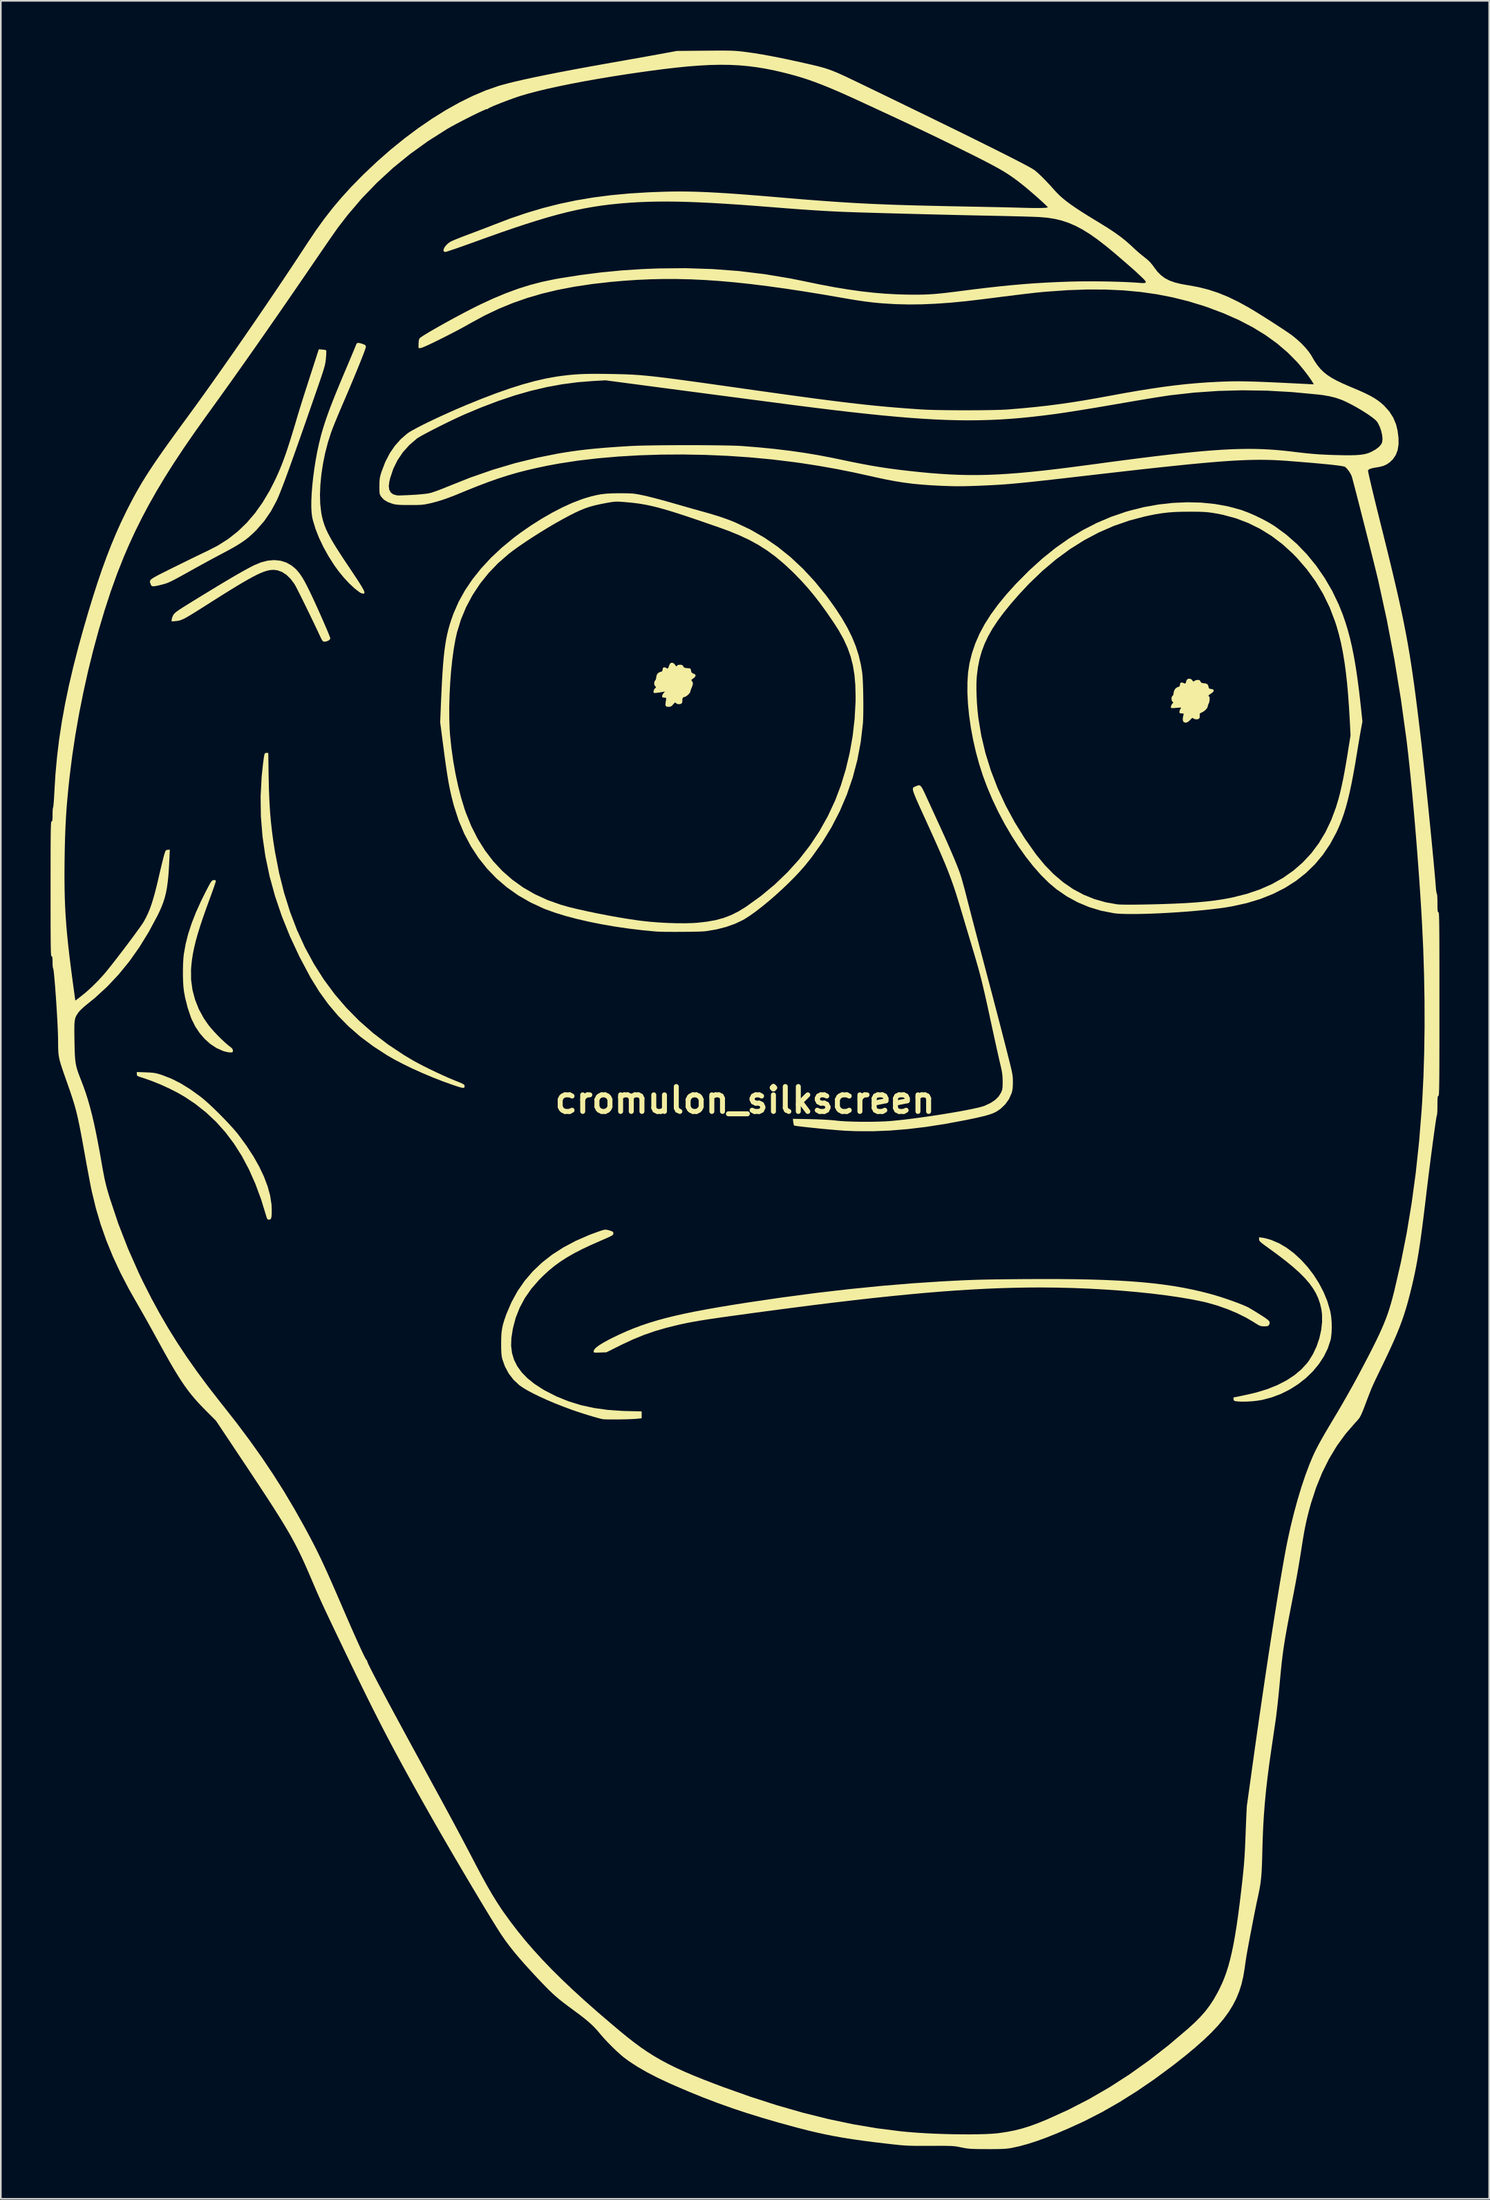
<source format=kicad_pcb>
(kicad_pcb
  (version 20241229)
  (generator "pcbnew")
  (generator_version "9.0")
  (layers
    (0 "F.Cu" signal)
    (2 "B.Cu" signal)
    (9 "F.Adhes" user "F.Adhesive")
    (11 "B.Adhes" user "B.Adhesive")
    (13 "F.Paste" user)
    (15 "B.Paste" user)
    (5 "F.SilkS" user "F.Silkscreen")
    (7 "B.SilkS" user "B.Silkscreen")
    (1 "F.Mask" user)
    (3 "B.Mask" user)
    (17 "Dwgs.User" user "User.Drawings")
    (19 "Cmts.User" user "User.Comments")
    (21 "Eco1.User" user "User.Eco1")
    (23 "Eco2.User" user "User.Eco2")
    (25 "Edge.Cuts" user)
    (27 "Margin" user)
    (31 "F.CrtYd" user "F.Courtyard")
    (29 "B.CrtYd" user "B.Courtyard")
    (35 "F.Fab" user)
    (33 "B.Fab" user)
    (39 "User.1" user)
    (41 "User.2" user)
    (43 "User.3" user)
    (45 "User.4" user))
  (footprint "cromulon_silkscreen"
    (layer "F.Cu")
    (at 41.87 63.278)
    (property "Reference" "cromulon_silkscreen" (at 0 0 0) (layer "F.SilkS") (effects (font (size 1.5 1.5) (thickness 0.3))))
    (attr board_only exclude_from_pos_files exclude_from_bom)
    (fp_poly (pts (xy -36.126 -1.678) (xy -35.891 -1.667) (xy -35.709 -1.653) (xy -35.556 -1.631) (xy -35.406 -1.596) (xy -35.233 -1.544) (xy -35.141 -1.514) (xy -34.588 -1.299) (xy -34.021 -1.012) (xy -33.438 -0.65) (xy -32.836 -0.214) (xy -32.742 -0.141) (xy -32.53 0.037) (xy -32.279 0.263) (xy -32.003 0.524) (xy -31.713 0.808) (xy -31.423 1.103) (xy -31.145 1.395) (xy -30.892 1.671) (xy -30.676 1.919) (xy -30.543 2.084) (xy -30.062 2.738) (xy -29.645 3.379) (xy -29.291 4.004) (xy -29.004 4.61) (xy -28.784 5.193) (xy -28.632 5.751) (xy -28.55 6.281) (xy -28.535 6.608) (xy -28.538 6.841) (xy -28.549 7.005) (xy -28.57 7.112) (xy -28.604 7.173) (xy -28.655 7.2) (xy -28.696 7.203) (xy -28.761 7.196) (xy -28.803 7.163) (xy -28.838 7.085) (xy -28.871 6.975) (xy -29.179 5.973) (xy -29.526 5.038) (xy -29.912 4.169) (xy -30.34 3.364) (xy -30.811 2.621) (xy -31.327 1.936) (xy -31.888 1.309) (xy -32.497 0.737) (xy -33.155 0.218) (xy -33.774 -0.196) (xy -34.211 -0.448) (xy -34.702 -0.698) (xy -35.22 -0.935) (xy -35.741 -1.147) (xy -36.24 -1.324) (xy -36.324 -1.35) (xy -36.488 -1.402) (xy -36.59 -1.441) (xy -36.644 -1.476) (xy -36.667 -1.517) (xy -36.671 -1.573) (xy -36.671 -1.577) (xy -36.671 -1.697)) (stroke (width 0) (type solid)) (fill yes) (layer "F.SilkS"))
    (fp_poly (pts (xy -31.946 -13.268) (xy -31.912 -13.235) (xy -31.909 -13.204) (xy -31.922 -13.147) (xy -31.96 -13.027) (xy -32.018 -12.854) (xy -32.093 -12.64) (xy -32.181 -12.395) (xy -32.262 -12.174) (xy -32.493 -11.541) (xy -32.693 -10.972) (xy -32.863 -10.459) (xy -33.006 -9.994) (xy -33.124 -9.569) (xy -33.218 -9.177) (xy -33.291 -8.809) (xy -33.346 -8.458) (xy -33.383 -8.115) (xy -33.402 -7.858) (xy -33.397 -7.252) (xy -33.315 -6.649) (xy -33.158 -6.057) (xy -32.93 -5.484) (xy -32.631 -4.936) (xy -32.371 -4.557) (xy -32.208 -4.355) (xy -32.008 -4.129) (xy -31.787 -3.895) (xy -31.56 -3.669) (xy -31.342 -3.466) (xy -31.15 -3.302) (xy -31.063 -3.236) (xy -30.95 -3.145) (xy -30.893 -3.07) (xy -30.877 -2.99) (xy -30.877 -2.99) (xy -30.883 -2.919) (xy -30.917 -2.887) (xy -30.999 -2.878) (xy -31.046 -2.878) (xy -31.173 -2.892) (xy -31.336 -2.927) (xy -31.474 -2.968) (xy -31.861 -3.14) (xy -32.229 -3.382) (xy -32.572 -3.686) (xy -32.881 -4.043) (xy -33.149 -4.446) (xy -33.366 -4.885) (xy -33.407 -4.986) (xy -33.605 -5.573) (xy -33.758 -6.18) (xy -33.833 -6.591) (xy -33.861 -6.843) (xy -33.88 -7.153) (xy -33.89 -7.498) (xy -33.89 -7.857) (xy -33.882 -8.208) (xy -33.864 -8.53) (xy -33.837 -8.801) (xy -33.833 -8.826) (xy -33.726 -9.421) (xy -33.572 -10.029) (xy -33.367 -10.658) (xy -33.109 -11.316) (xy -32.795 -12.012) (xy -32.511 -12.581) (xy -32.39 -12.815) (xy -32.297 -12.988) (xy -32.228 -13.109) (xy -32.175 -13.188) (xy -32.131 -13.235) (xy -32.09 -13.258) (xy -32.046 -13.267) (xy -32.036 -13.268)) (stroke (width 0) (type solid)) (fill yes) (layer "F.SilkS"))
    (fp_poly (pts (xy -28.722 -19.496) (xy -28.705 -18.751) (xy -28.678 -18.067) (xy -28.64 -17.427) (xy -28.588 -16.815) (xy -28.521 -16.213) (xy -28.439 -15.604) (xy -28.339 -14.971) (xy -28.336 -14.954) (xy -28.092 -13.697) (xy -27.789 -12.495) (xy -27.429 -11.347) (xy -27.01 -10.252) (xy -26.533 -9.21) (xy -25.996 -8.22) (xy -25.4 -7.282) (xy -24.745 -6.396) (xy -24.029 -5.561) (xy -23.253 -4.776) (xy -22.417 -4.041) (xy -21.52 -3.355) (xy -20.561 -2.719) (xy -20.022 -2.398) (xy -19.734 -2.239) (xy -19.391 -2.061) (xy -19.012 -1.872) (xy -18.617 -1.682) (xy -18.224 -1.501) (xy -17.853 -1.336) (xy -17.524 -1.198) (xy -17.492 -1.186) (xy -17.272 -1.097) (xy -17.115 -1.031) (xy -17.011 -0.982) (xy -16.949 -0.942) (xy -16.918 -0.906) (xy -16.908 -0.867) (xy -16.907 -0.843) (xy -16.913 -0.788) (xy -16.936 -0.754) (xy -16.987 -0.742) (xy -17.076 -0.752) (xy -17.21 -0.787) (xy -17.401 -0.847) (xy -17.641 -0.928) (xy -18.241 -1.143) (xy -18.855 -1.384) (xy -19.468 -1.642) (xy -20.064 -1.911) (xy -20.628 -2.185) (xy -21.144 -2.455) (xy -21.58 -2.706) (xy -22.419 -3.251) (xy -23.188 -3.826) (xy -23.893 -4.439) (xy -24.539 -5.094) (xy -25.132 -5.796) (xy -25.677 -6.552) (xy -26.179 -7.366) (xy -26.222 -7.441) (xy -26.868 -8.657) (xy -27.435 -9.872) (xy -27.924 -11.085) (xy -28.335 -12.297) (xy -28.667 -13.506) (xy -28.92 -14.712) (xy -29.094 -15.915) (xy -29.19 -17.114) (xy -29.206 -18.309) (xy -29.144 -19.5) (xy -29.07 -20.201) (xy -29.037 -20.458) (xy -29.012 -20.647) (xy -28.99 -20.778) (xy -28.97 -20.861) (xy -28.947 -20.909) (xy -28.919 -20.93) (xy -28.882 -20.935) (xy -28.854 -20.935) (xy -28.744 -20.935)) (stroke (width 0) (type solid)) (fill yes) (layer "F.SilkS"))
    (fp_poly (pts (xy 31.204 8.292) (xy 31.343 8.318) (xy 31.522 8.364) (xy 31.706 8.42) (xy 31.739 8.431) (xy 32.202 8.628) (xy 32.657 8.897) (xy 33.1 9.229) (xy 33.522 9.616) (xy 33.918 10.051) (xy 34.281 10.525) (xy 34.604 11.03) (xy 34.881 11.559) (xy 35.106 12.103) (xy 35.271 12.654) (xy 35.304 12.799) (xy 35.348 13.08) (xy 35.373 13.399) (xy 35.379 13.729) (xy 35.365 14.048) (xy 35.333 14.328) (xy 35.305 14.466) (xy 35.139 14.968) (xy 34.901 15.453) (xy 34.597 15.917) (xy 34.234 16.353) (xy 33.818 16.755) (xy 33.356 17.119) (xy 32.854 17.438) (xy 32.319 17.707) (xy 31.756 17.92) (xy 31.174 18.072) (xy 31.162 18.074) (xy 30.872 18.121) (xy 30.551 18.155) (xy 30.227 18.173) (xy 29.926 18.175) (xy 29.706 18.162) (xy 29.574 18.146) (xy 29.501 18.124) (xy 29.468 18.088) (xy 29.455 18.028) (xy 29.452 17.949) (xy 29.46 17.919) (xy 29.519 17.91) (xy 29.64 17.887) (xy 29.807 17.853) (xy 30.005 17.811) (xy 30.217 17.764) (xy 30.429 17.717) (xy 30.624 17.672) (xy 30.787 17.632) (xy 30.857 17.614) (xy 31.505 17.416) (xy 32.102 17.176) (xy 32.642 16.898) (xy 33.123 16.583) (xy 33.54 16.235) (xy 33.888 15.856) (xy 33.993 15.716) (xy 34.253 15.295) (xy 34.467 14.835) (xy 34.631 14.351) (xy 34.742 13.857) (xy 34.796 13.368) (xy 34.791 12.898) (xy 34.75 12.592) (xy 34.671 12.262) (xy 34.563 11.946) (xy 34.422 11.638) (xy 34.241 11.335) (xy 34.019 11.03) (xy 33.75 10.72) (xy 33.43 10.399) (xy 33.055 10.063) (xy 32.621 9.706) (xy 32.124 9.324) (xy 31.606 8.946) (xy 31.392 8.791) (xy 31.234 8.675) (xy 31.125 8.588) (xy 31.055 8.522) (xy 31.016 8.471) (xy 30.999 8.426) (xy 30.996 8.387) (xy 30.996 8.265)) (stroke (width 0) (type solid)) (fill yes) (layer "F.SilkS"))
    (fp_poly (pts (xy -23.205 -45.639) (xy -23.054 -45.592) (xy -22.938 -45.545) (xy -22.88 -45.501) (xy -22.861 -45.441) (xy -22.86 -45.411) (xy -22.875 -45.345) (xy -22.92 -45.212) (xy -22.992 -45.018) (xy -23.089 -44.768) (xy -23.208 -44.469) (xy -23.347 -44.126) (xy -23.504 -43.744) (xy -23.677 -43.329) (xy -23.862 -42.888) (xy -24.059 -42.426) (xy -24.263 -41.948) (xy -24.341 -41.767) (xy -24.469 -41.468) (xy -24.595 -41.167) (xy -24.714 -40.878) (xy -24.819 -40.617) (xy -24.903 -40.399) (xy -24.958 -40.249) (xy -25.154 -39.633) (xy -25.318 -38.998) (xy -25.448 -38.355) (xy -25.544 -37.716) (xy -25.604 -37.094) (xy -25.627 -36.5) (xy -25.611 -35.947) (xy -25.554 -35.447) (xy -25.536 -35.342) (xy -25.488 -35.113) (xy -25.43 -34.894) (xy -25.359 -34.676) (xy -25.272 -34.453) (xy -25.163 -34.217) (xy -25.029 -33.96) (xy -24.867 -33.675) (xy -24.673 -33.355) (xy -24.442 -32.993) (xy -24.172 -32.58) (xy -23.914 -32.193) (xy -23.664 -31.82) (xy -23.456 -31.506) (xy -23.287 -31.247) (xy -23.156 -31.038) (xy -23.059 -30.874) (xy -22.993 -30.75) (xy -22.955 -30.659) (xy -22.944 -30.599) (xy -22.955 -30.562) (xy -22.987 -30.544) (xy -23.03 -30.54) (xy -23.13 -30.562) (xy -23.218 -30.606) (xy -23.53 -30.845) (xy -23.856 -31.146) (xy -24.184 -31.498) (xy -24.503 -31.888) (xy -24.76 -32.242) (xy -25.11 -32.791) (xy -25.42 -33.347) (xy -25.683 -33.9) (xy -25.895 -34.436) (xy -26.05 -34.945) (xy -26.094 -35.136) (xy -26.132 -35.408) (xy -26.15 -35.745) (xy -26.148 -36.139) (xy -26.128 -36.577) (xy -26.09 -37.051) (xy -26.037 -37.549) (xy -25.969 -38.061) (xy -25.888 -38.577) (xy -25.794 -39.087) (xy -25.688 -39.579) (xy -25.573 -40.045) (xy -25.518 -40.243) (xy -25.431 -40.537) (xy -25.338 -40.832) (xy -25.236 -41.135) (xy -25.123 -41.454) (xy -24.994 -41.799) (xy -24.848 -42.176) (xy -24.681 -42.593) (xy -24.49 -43.06) (xy -24.272 -43.583) (xy -24.037 -44.137) (xy -23.906 -44.447) (xy -23.784 -44.736) (xy -23.675 -44.997) (xy -23.582 -45.219) (xy -23.509 -45.395) (xy -23.46 -45.515) (xy -23.439 -45.571) (xy -23.399 -45.635) (xy -23.325 -45.657)) (stroke (width 0) (type solid)) (fill yes) (layer "F.SilkS"))
    (fp_poly (pts (xy -28.008 -32.524) (xy -27.659 -32.415) (xy -27.339 -32.235) (xy -27.106 -32.04) (xy -26.967 -31.892) (xy -26.836 -31.728) (xy -26.706 -31.536) (xy -26.57 -31.305) (xy -26.42 -31.023) (xy -26.251 -30.682) (xy -26.133 -30.435) (xy -26.004 -30.16) (xy -25.869 -29.865) (xy -25.731 -29.56) (xy -25.594 -29.254) (xy -25.462 -28.955) (xy -25.339 -28.673) (xy -25.229 -28.418) (xy -25.137 -28.198) (xy -25.066 -28.022) (xy -25.02 -27.9) (xy -25.003 -27.84) (xy -25.003 -27.839) (xy -25.039 -27.766) (xy -25.13 -27.7) (xy -25.252 -27.654) (xy -25.352 -27.642) (xy -25.41 -27.648) (xy -25.456 -27.676) (xy -25.504 -27.738) (xy -25.563 -27.85) (xy -25.62 -27.97) (xy -25.772 -28.294) (xy -25.934 -28.636) (xy -26.102 -28.986) (xy -26.271 -29.337) (xy -26.438 -29.68) (xy -26.598 -30.006) (xy -26.746 -30.307) (xy -26.88 -30.573) (xy -26.994 -30.798) (xy -27.084 -30.971) (xy -27.146 -31.084) (xy -27.163 -31.112) (xy -27.397 -31.427) (xy -27.65 -31.673) (xy -27.92 -31.848) (xy -28.2 -31.948) (xy -28.429 -31.973) (xy -28.562 -31.967) (xy -28.704 -31.946) (xy -28.858 -31.908) (xy -29.03 -31.851) (xy -29.223 -31.773) (xy -29.444 -31.67) (xy -29.695 -31.541) (xy -29.983 -31.382) (xy -30.312 -31.193) (xy -30.686 -30.969) (xy -31.109 -30.709) (xy -31.588 -30.411) (xy -32.126 -30.071) (xy -32.345 -29.931) (xy -32.716 -29.696) (xy -33.027 -29.5) (xy -33.286 -29.339) (xy -33.499 -29.21) (xy -33.673 -29.11) (xy -33.815 -29.033) (xy -33.933 -28.978) (xy -34.033 -28.939) (xy -34.123 -28.913) (xy -34.209 -28.897) (xy -34.299 -28.886) (xy -34.306 -28.886) (xy -34.568 -28.861) (xy -34.568 -28.973) (xy -34.548 -29.074) (xy -34.497 -29.2) (xy -34.469 -29.252) (xy -34.435 -29.304) (xy -34.387 -29.357) (xy -34.32 -29.417) (xy -34.224 -29.49) (xy -34.093 -29.58) (xy -33.92 -29.693) (xy -33.696 -29.834) (xy -33.415 -30.008) (xy -33.289 -30.086) (xy -32.698 -30.449) (xy -32.169 -30.771) (xy -31.697 -31.057) (xy -31.277 -31.309) (xy -30.904 -31.529) (xy -30.572 -31.722) (xy -30.278 -31.888) (xy -30.016 -32.033) (xy -29.781 -32.158) (xy -29.612 -32.244) (xy -29.189 -32.422) (xy -28.777 -32.528) (xy -28.383 -32.562)) (stroke (width 0) (type solid)) (fill yes) (layer "F.SilkS"))
    (fp_poly (pts (xy -8.278 7.826) (xy -8.161 7.858) (xy -8.152 7.861) (xy -8.029 7.901) (xy -7.964 7.938) (xy -7.94 7.988) (xy -7.938 8.034) (xy -7.941 8.072) (xy -7.957 8.106) (xy -7.995 8.142) (xy -8.064 8.185) (xy -8.174 8.24) (xy -8.333 8.312) (xy -8.551 8.407) (xy -8.701 8.472) (xy -9.303 8.737) (xy -9.838 8.99) (xy -10.314 9.236) (xy -10.742 9.482) (xy -11.131 9.732) (xy -11.49 9.994) (xy -11.83 10.274) (xy -12.16 10.577) (xy -12.422 10.84) (xy -12.885 11.371) (xy -13.272 11.928) (xy -13.586 12.512) (xy -13.828 13.127) (xy -13.997 13.773) (xy -14.086 14.347) (xy -14.102 14.807) (xy -14.049 15.241) (xy -13.926 15.652) (xy -13.73 16.041) (xy -13.462 16.411) (xy -13.118 16.764) (xy -12.699 17.101) (xy -12.203 17.424) (xy -12.062 17.506) (xy -11.369 17.86) (xy -10.649 18.152) (xy -9.896 18.385) (xy -9.103 18.558) (xy -8.265 18.674) (xy -7.376 18.735) (xy -7.174 18.741) (xy -6.231 18.763) (xy -6.231 18.97) (xy -6.231 19.178) (xy -6.479 19.204) (xy -6.641 19.217) (xy -6.854 19.228) (xy -7.103 19.237) (xy -7.372 19.243) (xy -7.648 19.248) (xy -7.915 19.249) (xy -8.159 19.248) (xy -8.365 19.244) (xy -8.518 19.237) (xy -8.592 19.229) (xy -8.727 19.198) (xy -8.922 19.146) (xy -9.161 19.078) (xy -9.43 18.997) (xy -9.713 18.909) (xy -9.995 18.818) (xy -10.261 18.729) (xy -10.438 18.668) (xy -10.958 18.475) (xy -11.461 18.276) (xy -11.936 18.075) (xy -12.376 17.875) (xy -12.773 17.681) (xy -13.118 17.497) (xy -13.403 17.326) (xy -13.616 17.176) (xy -13.963 16.85) (xy -14.251 16.472) (xy -14.479 16.045) (xy -14.631 15.617) (xy -14.659 15.497) (xy -14.68 15.363) (xy -14.693 15.2) (xy -14.701 14.992) (xy -14.703 14.723) (xy -14.703 14.665) (xy -14.699 14.327) (xy -14.683 14.043) (xy -14.65 13.79) (xy -14.598 13.543) (xy -14.52 13.278) (xy -14.414 12.971) (xy -14.384 12.889) (xy -14.08 12.178) (xy -13.716 11.513) (xy -13.289 10.895) (xy -12.799 10.323) (xy -12.246 9.795) (xy -11.628 9.312) (xy -10.945 8.873) (xy -10.196 8.476) (xy -9.381 8.121) (xy -8.876 7.935) (xy -8.687 7.87) (xy -8.553 7.828) (xy -8.454 7.808) (xy -8.369 7.808)) (stroke (width 0) (type solid)) (fill yes) (layer "F.SilkS"))
    (fp_poly (pts (xy 26.911 -25.377) (xy 26.966 -25.317) (xy 27.017 -25.25) (xy 27.058 -25.243) (xy 27.103 -25.278) (xy 27.192 -25.323) (xy 27.299 -25.34) (xy 27.399 -25.324) (xy 27.454 -25.264) (xy 27.464 -25.241) (xy 27.517 -25.165) (xy 27.611 -25.142) (xy 27.619 -25.142) (xy 27.79 -25.122) (xy 27.897 -25.061) (xy 27.945 -24.955) (xy 27.947 -24.936) (xy 27.964 -24.849) (xy 28.007 -24.809) (xy 28.102 -24.793) (xy 28.109 -24.792) (xy 28.221 -24.763) (xy 28.264 -24.705) (xy 28.238 -24.629) (xy 28.143 -24.544) (xy 28.098 -24.516) (xy 27.996 -24.447) (xy 27.943 -24.389) (xy 27.948 -24.354) (xy 27.98 -24.348) (xy 28.007 -24.314) (xy 28.017 -24.228) (xy 28.012 -24.115) (xy 27.993 -24.001) (xy 27.96 -23.912) (xy 27.96 -23.912) (xy 27.916 -23.81) (xy 27.901 -23.733) (xy 27.866 -23.644) (xy 27.781 -23.541) (xy 27.668 -23.445) (xy 27.546 -23.377) (xy 27.53 -23.371) (xy 27.442 -23.327) (xy 27.414 -23.267) (xy 27.416 -23.232) (xy 27.418 -23.086) (xy 27.377 -22.999) (xy 27.284 -22.962) (xy 27.23 -22.959) (xy 27.11 -22.975) (xy 27.03 -23.015) (xy 27.027 -23.019) (xy 26.991 -23.047) (xy 26.948 -23.032) (xy 26.881 -22.967) (xy 26.84 -22.92) (xy 26.713 -22.807) (xy 26.589 -22.758) (xy 26.48 -22.778) (xy 26.44 -22.808) (xy 26.399 -22.901) (xy 26.399 -23.045) (xy 26.429 -23.188) (xy 26.449 -23.274) (xy 26.429 -23.309) (xy 26.351 -23.316) (xy 26.33 -23.316) (xy 26.237 -23.324) (xy 26.2 -23.359) (xy 26.194 -23.422) (xy 26.22 -23.533) (xy 26.263 -23.605) (xy 26.293 -23.641) (xy 26.293 -23.662) (xy 26.249 -23.669) (xy 26.15 -23.664) (xy 26.005 -23.652) (xy 25.845 -23.639) (xy 25.748 -23.636) (xy 25.698 -23.647) (xy 25.68 -23.673) (xy 25.678 -23.716) (xy 25.704 -23.81) (xy 25.763 -23.898) (xy 25.817 -23.963) (xy 25.817 -23.996) (xy 25.783 -24.014) (xy 25.738 -24.068) (xy 25.717 -24.164) (xy 25.72 -24.269) (xy 25.749 -24.35) (xy 25.777 -24.374) (xy 25.822 -24.428) (xy 25.839 -24.521) (xy 25.87 -24.679) (xy 25.946 -24.809) (xy 26.052 -24.89) (xy 26.098 -24.904) (xy 26.181 -24.933) (xy 26.218 -24.997) (xy 26.226 -25.053) (xy 26.246 -25.144) (xy 26.294 -25.179) (xy 26.327 -25.182) (xy 26.418 -25.163) (xy 26.46 -25.138) (xy 26.524 -25.114) (xy 26.576 -25.152) (xy 26.592 -25.214) (xy 26.625 -25.328) (xy 26.705 -25.397) (xy 26.808 -25.415)) (stroke (width 0) (type solid)) (fill yes) (layer "F.SilkS"))
    (fp_poly (pts (xy -4.302 -26.344) (xy -4.218 -26.251) (xy -4.213 -26.244) (xy -4.158 -26.167) (xy -4.126 -26.152) (xy -4.106 -26.185) (xy -4.055 -26.235) (xy -3.947 -26.253) (xy -3.924 -26.253) (xy -3.813 -26.243) (xy -3.751 -26.203) (xy -3.724 -26.156) (xy -3.684 -26.096) (xy -3.619 -26.064) (xy -3.502 -26.048) (xy -3.477 -26.047) (xy -3.357 -26.037) (xy -3.295 -26.016) (xy -3.267 -25.967) (xy -3.254 -25.896) (xy -3.227 -25.794) (xy -3.164 -25.74) (xy -3.106 -25.719) (xy -3.004 -25.666) (xy -2.977 -25.592) (xy -3.024 -25.505) (xy -3.12 -25.427) (xy -3.206 -25.366) (xy -3.234 -25.325) (xy -3.214 -25.283) (xy -3.198 -25.265) (xy -3.148 -25.18) (xy -3.144 -25.076) (xy -3.188 -24.933) (xy -3.216 -24.87) (xy -3.263 -24.753) (xy -3.291 -24.658) (xy -3.294 -24.631) (xy -3.325 -24.561) (xy -3.4 -24.472) (xy -3.498 -24.386) (xy -3.593 -24.325) (xy -3.65 -24.309) (xy -3.738 -24.277) (xy -3.777 -24.185) (xy -3.776 -24.098) (xy -3.783 -23.996) (xy -3.812 -23.93) (xy -3.891 -23.884) (xy -4.002 -23.873) (xy -4.106 -23.895) (xy -4.165 -23.941) (xy -4.196 -23.977) (xy -4.232 -23.968) (xy -4.293 -23.906) (xy -4.33 -23.862) (xy -4.419 -23.768) (xy -4.5 -23.724) (xy -4.608 -23.713) (xy -4.609 -23.713) (xy -4.73 -23.728) (xy -4.788 -23.774) (xy -4.79 -23.779) (xy -4.797 -23.855) (xy -4.787 -23.973) (xy -4.776 -24.037) (xy -4.757 -24.152) (xy -4.752 -24.231) (xy -4.756 -24.249) (xy -4.806 -24.264) (xy -4.888 -24.269) (xy -4.971 -24.282) (xy -5 -24.333) (xy -5.001 -24.356) (xy -4.975 -24.445) (xy -4.912 -24.539) (xy -4.911 -24.54) (xy -4.822 -24.638) (xy -4.959 -24.611) (xy -5.081 -24.591) (xy -5.235 -24.569) (xy -5.306 -24.561) (xy -5.428 -24.548) (xy -5.49 -24.553) (xy -5.513 -24.583) (xy -5.517 -24.644) (xy -5.483 -24.759) (xy -5.427 -24.828) (xy -5.369 -24.884) (xy -5.369 -24.918) (xy -5.407 -24.946) (xy -5.458 -25.016) (xy -5.476 -25.124) (xy -5.46 -25.233) (xy -5.417 -25.301) (xy -5.373 -25.375) (xy -5.358 -25.46) (xy -5.329 -25.623) (xy -5.25 -25.746) (xy -5.133 -25.812) (xy -5.111 -25.817) (xy -5.019 -25.842) (xy -4.979 -25.898) (xy -4.968 -25.966) (xy -4.949 -26.056) (xy -4.902 -26.091) (xy -4.862 -26.095) (xy -4.779 -26.08) (xy -4.743 -26.055) (xy -4.689 -26.017) (xy -4.635 -26.049) (xy -4.618 -26.085) (xy -4.563 -26.234) (xy -4.515 -26.322) (xy -4.462 -26.363) (xy -4.4 -26.372)) (stroke (width 0) (type solid)) (fill yes) (layer "F.SilkS"))
    (fp_poly (pts (xy -25.489 -45.254) (xy -25.367 -45.24) (xy -25.279 -45.221) (xy -25.254 -45.21) (xy -25.246 -45.162) (xy -25.247 -45.052) (xy -25.255 -44.897) (xy -25.267 -44.737) (xy -25.278 -44.629) (xy -25.29 -44.529) (xy -25.307 -44.428) (xy -25.33 -44.319) (xy -25.363 -44.193) (xy -25.407 -44.043) (xy -25.465 -43.859) (xy -25.539 -43.635) (xy -25.632 -43.361) (xy -25.746 -43.03) (xy -25.883 -42.633) (xy -25.907 -42.565) (xy -26.202 -41.716) (xy -26.472 -40.939) (xy -26.72 -40.232) (xy -26.946 -39.59) (xy -27.151 -39.011) (xy -27.336 -38.493) (xy -27.503 -38.031) (xy -27.652 -37.623) (xy -27.785 -37.266) (xy -27.903 -36.957) (xy -28.007 -36.692) (xy -28.097 -36.469) (xy -28.176 -36.284) (xy -28.243 -36.137) (xy -28.587 -35.499) (xy -28.99 -34.914) (xy -29.45 -34.384) (xy -29.506 -34.327) (xy -29.71 -34.13) (xy -29.912 -33.952) (xy -30.122 -33.785) (xy -30.354 -33.623) (xy -30.617 -33.456) (xy -30.923 -33.278) (xy -31.284 -33.081) (xy -31.532 -32.95) (xy -31.792 -32.812) (xy -32.101 -32.647) (xy -32.439 -32.464) (xy -32.784 -32.275) (xy -33.118 -32.091) (xy -33.338 -31.969) (xy -33.689 -31.773) (xy -33.98 -31.612) (xy -34.218 -31.482) (xy -34.413 -31.378) (xy -34.573 -31.297) (xy -34.706 -31.234) (xy -34.821 -31.186) (xy -34.926 -31.148) (xy -35.03 -31.116) (xy -35.142 -31.086) (xy -35.2 -31.072) (xy -35.423 -31.018) (xy -35.583 -30.987) (xy -35.691 -30.98) (xy -35.761 -30.996) (xy -35.805 -31.037) (xy -35.834 -31.101) (xy -35.858 -31.169) (xy -35.876 -31.227) (xy -35.881 -31.278) (xy -35.867 -31.327) (xy -35.83 -31.378) (xy -35.762 -31.435) (xy -35.658 -31.503) (xy -35.513 -31.585) (xy -35.321 -31.687) (xy -35.075 -31.811) (xy -34.771 -31.963) (xy -34.401 -32.146) (xy -34.379 -32.157) (xy -34.04 -32.325) (xy -33.707 -32.489) (xy -33.39 -32.644) (xy -33.1 -32.786) (xy -32.847 -32.908) (xy -32.641 -33.007) (xy -32.492 -33.077) (xy -32.459 -33.092) (xy -31.786 -33.436) (xy -31.16 -33.835) (xy -30.58 -34.292) (xy -30.043 -34.809) (xy -29.546 -35.389) (xy -29.086 -36.036) (xy -28.661 -36.751) (xy -28.416 -37.227) (xy -28.279 -37.511) (xy -28.152 -37.79) (xy -28.031 -38.071) (xy -27.913 -38.363) (xy -27.796 -38.674) (xy -27.675 -39.013) (xy -27.55 -39.388) (xy -27.416 -39.807) (xy -27.27 -40.278) (xy -27.11 -40.81) (xy -26.949 -41.354) (xy -26.901 -41.513) (xy -26.833 -41.736) (xy -26.746 -42.012) (xy -26.646 -42.329) (xy -26.536 -42.677) (xy -26.418 -43.043) (xy -26.298 -43.417) (xy -26.242 -43.591) (xy -25.698 -45.271)) (stroke (width 0) (type solid)) (fill yes) (layer "F.SilkS"))
    (fp_poly (pts (xy 18.922 10.784) (xy 19.903 10.794) (xy 20.819 10.812) (xy 21.675 10.839) (xy 22.477 10.875) (xy 23.229 10.921) (xy 23.936 10.976) (xy 24.603 11.042) (xy 25.235 11.119) (xy 25.836 11.206) (xy 26.412 11.305) (xy 26.967 11.416) (xy 27.507 11.539) (xy 28.022 11.671) (xy 28.353 11.765) (xy 28.707 11.874) (xy 29.067 11.993) (xy 29.418 12.116) (xy 29.745 12.237) (xy 30.032 12.352) (xy 30.264 12.454) (xy 30.335 12.488) (xy 30.424 12.538) (xy 30.565 12.621) (xy 30.742 12.729) (xy 30.939 12.851) (xy 31.065 12.93) (xy 31.288 13.073) (xy 31.449 13.184) (xy 31.556 13.271) (xy 31.616 13.344) (xy 31.637 13.409) (xy 31.626 13.478) (xy 31.59 13.556) (xy 31.552 13.6) (xy 31.484 13.624) (xy 31.365 13.632) (xy 31.306 13.633) (xy 31.195 13.63) (xy 31.104 13.617) (xy 31.015 13.586) (xy 30.908 13.528) (xy 30.762 13.438) (xy 30.693 13.393) (xy 30.206 13.107) (xy 29.66 12.837) (xy 29.073 12.592) (xy 28.464 12.378) (xy 27.852 12.204) (xy 27.622 12.149) (xy 26.952 12.013) (xy 26.211 11.886) (xy 25.408 11.769) (xy 24.552 11.663) (xy 23.651 11.569) (xy 22.714 11.487) (xy 21.75 11.419) (xy 20.767 11.364) (xy 19.774 11.324) (xy 18.779 11.3) (xy 17.791 11.291) (xy 17.785 11.291) (xy 16.993 11.296) (xy 16.187 11.311) (xy 15.364 11.335) (xy 14.52 11.37) (xy 13.651 11.416) (xy 12.751 11.472) (xy 11.818 11.54) (xy 10.848 11.62) (xy 9.835 11.713) (xy 8.776 11.818) (xy 7.667 11.935) (xy 6.504 12.067) (xy 5.282 12.211) (xy 3.998 12.37) (xy 2.648 12.544) (xy 1.226 12.732) (xy 0.139 12.879) (xy -0.456 12.961) (xy -0.98 13.033) (xy -1.441 13.098) (xy -1.844 13.157) (xy -2.199 13.209) (xy -2.512 13.258) (xy -2.791 13.303) (xy -3.043 13.347) (xy -3.276 13.39) (xy -3.498 13.433) (xy -3.714 13.478) (xy -3.934 13.526) (xy -3.98 13.536) (xy -4.734 13.72) (xy -5.433 13.924) (xy -6.1 14.156) (xy -6.757 14.424) (xy -7.428 14.737) (xy -7.54 14.793) (xy -8.353 15.2) (xy -8.74 15.214) (xy -8.918 15.22) (xy -9.031 15.219) (xy -9.094 15.21) (xy -9.121 15.189) (xy -9.128 15.152) (xy -9.128 15.131) (xy -9.091 15.033) (xy -8.978 14.913) (xy -8.789 14.772) (xy -8.525 14.609) (xy -8.185 14.424) (xy -7.957 14.31) (xy -7.536 14.108) (xy -7.114 13.92) (xy -6.687 13.746) (xy -6.248 13.582) (xy -5.791 13.428) (xy -5.31 13.281) (xy -4.799 13.141) (xy -4.251 13.006) (xy -3.66 12.873) (xy -3.021 12.742) (xy -2.327 12.611) (xy -1.572 12.478) (xy -0.749 12.342) (xy 0.099 12.208) (xy 2.176 11.902) (xy 4.222 11.631) (xy 6.227 11.397) (xy 8.185 11.201) (xy 10.089 11.042) (xy 11.708 10.935) (xy 12.156 10.91) (xy 12.562 10.888) (xy 12.935 10.869) (xy 13.287 10.853) (xy 13.628 10.84) (xy 13.971 10.828) (xy 14.325 10.819) (xy 14.702 10.811) (xy 15.113 10.804) (xy 15.569 10.799) (xy 16.081 10.793) (xy 16.659 10.788) (xy 16.748 10.787) (xy 17.872 10.782)) (stroke (width 0) (type solid)) (fill yes) (layer "F.SilkS"))
    (fp_poly (pts (xy 10.575 -18.955) (xy 10.633 -18.891) (xy 10.699 -18.784) (xy 10.779 -18.627) (xy 10.88 -18.412) (xy 11.008 -18.133) (xy 11.012 -18.126) (xy 11.156 -17.812) (xy 11.319 -17.455) (xy 11.49 -17.084) (xy 11.653 -16.728) (xy 11.797 -16.415) (xy 11.799 -16.411) (xy 12.028 -15.907) (xy 12.242 -15.427) (xy 12.438 -14.979) (xy 12.612 -14.57) (xy 12.761 -14.207) (xy 12.882 -13.898) (xy 12.972 -13.651) (xy 12.993 -13.589) (xy 13.042 -13.431) (xy 13.105 -13.212) (xy 13.177 -12.951) (xy 13.255 -12.663) (xy 13.332 -12.366) (xy 13.373 -12.204) (xy 13.426 -11.995) (xy 13.498 -11.719) (xy 13.584 -11.384) (xy 13.683 -11.002) (xy 13.793 -10.581) (xy 13.911 -10.131) (xy 14.035 -9.661) (xy 14.161 -9.181) (xy 14.288 -8.7) (xy 14.327 -8.553) (xy 14.537 -7.757) (xy 14.729 -7.031) (xy 14.904 -6.366) (xy 15.064 -5.755) (xy 15.212 -5.19) (xy 15.349 -4.664) (xy 15.477 -4.168) (xy 15.599 -3.697) (xy 15.716 -3.24) (xy 15.83 -2.792) (xy 15.893 -2.544) (xy 15.972 -2.229) (xy 16.033 -1.978) (xy 16.079 -1.779) (xy 16.111 -1.618) (xy 16.133 -1.483) (xy 16.145 -1.361) (xy 16.151 -1.24) (xy 16.153 -1.106) (xy 16.153 -1.084) (xy 16.148 -0.847) (xy 16.132 -0.664) (xy 16.101 -0.508) (xy 16.07 -0.408) (xy 15.913 -0.061) (xy 15.69 0.252) (xy 15.411 0.519) (xy 15.187 0.673) (xy 15.066 0.738) (xy 14.929 0.798) (xy 14.767 0.857) (xy 14.572 0.916) (xy 14.334 0.978) (xy 14.044 1.045) (xy 13.694 1.121) (xy 13.275 1.207) (xy 13.26 1.21) (xy 12.05 1.435) (xy 10.897 1.614) (xy 9.792 1.746) (xy 8.73 1.832) (xy 7.702 1.873) (xy 6.701 1.869) (xy 6.072 1.844) (xy 5.874 1.831) (xy 5.632 1.813) (xy 5.356 1.789) (xy 5.056 1.763) (xy 4.743 1.734) (xy 4.426 1.703) (xy 4.116 1.671) (xy 3.823 1.64) (xy 3.556 1.611) (xy 3.327 1.584) (xy 3.145 1.561) (xy 3.021 1.542) (xy 2.964 1.529) (xy 2.962 1.528) (xy 2.938 1.472) (xy 2.915 1.367) (xy 2.907 1.31) (xy 2.886 1.124) (xy 3.914 1.142) (xy 4.331 1.153) (xy 4.725 1.17) (xy 5.079 1.192) (xy 5.378 1.217) (xy 5.497 1.231) (xy 5.755 1.256) (xy 6.077 1.276) (xy 6.446 1.291) (xy 6.846 1.3) (xy 7.262 1.303) (xy 7.677 1.301) (xy 8.075 1.292) (xy 8.44 1.278) (xy 8.757 1.258) (xy 8.791 1.255) (xy 9.179 1.218) (xy 9.604 1.171) (xy 10.056 1.116) (xy 10.526 1.054) (xy 11.007 0.986) (xy 11.49 0.915) (xy 11.966 0.84) (xy 12.426 0.764) (xy 12.863 0.689) (xy 13.267 0.614) (xy 13.63 0.543) (xy 13.943 0.475) (xy 14.199 0.414) (xy 14.387 0.359) (xy 14.445 0.338) (xy 14.8 0.173) (xy 15.081 -0.013) (xy 15.294 -0.224) (xy 15.442 -0.463) (xy 15.444 -0.468) (xy 15.486 -0.57) (xy 15.513 -0.67) (xy 15.528 -0.788) (xy 15.534 -0.945) (xy 15.535 -1.131) (xy 15.531 -1.332) (xy 15.518 -1.509) (xy 15.495 -1.686) (xy 15.457 -1.886) (xy 15.4 -2.134) (xy 15.384 -2.203) (xy 15.345 -2.368) (xy 15.292 -2.601) (xy 15.227 -2.889) (xy 15.153 -3.222) (xy 15.072 -3.59) (xy 14.987 -3.981) (xy 14.899 -4.384) (xy 14.821 -4.743) (xy 14.703 -5.29) (xy 14.598 -5.771) (xy 14.504 -6.194) (xy 14.418 -6.57) (xy 14.338 -6.91) (xy 14.261 -7.224) (xy 14.185 -7.522) (xy 14.107 -7.815) (xy 14.024 -8.113) (xy 13.934 -8.425) (xy 13.835 -8.763) (xy 13.738 -9.088) (xy 13.628 -9.455) (xy 13.506 -9.863) (xy 13.379 -10.287) (xy 13.254 -10.704) (xy 13.14 -11.088) (xy 13.059 -11.36) (xy 12.934 -11.776) (xy 12.817 -12.156) (xy 12.706 -12.508) (xy 12.596 -12.841) (xy 12.484 -13.163) (xy 12.367 -13.482) (xy 12.243 -13.808) (xy 12.106 -14.148) (xy 11.955 -14.511) (xy 11.785 -14.906) (xy 11.594 -15.34) (xy 11.379 -15.823) (xy 11.135 -16.362) (xy 10.923 -16.828) (xy 10.728 -17.256) (xy 10.563 -17.618) (xy 10.428 -17.92) (xy 10.319 -18.167) (xy 10.236 -18.366) (xy 10.177 -18.521) (xy 10.139 -18.64) (xy 10.121 -18.728) (xy 10.122 -18.791) (xy 10.138 -18.835) (xy 10.17 -18.866) (xy 10.214 -18.89) (xy 10.269 -18.913) (xy 10.29 -18.921) (xy 10.382 -18.959) (xy 10.456 -18.981) (xy 10.518 -18.983)) (stroke (width 0) (type solid)) (fill yes) (layer "F.SilkS"))
    (fp_poly (pts (xy 27.508 -36.026) (xy 28.33 -35.944) (xy 29.117 -35.802) (xy 29.862 -35.601) (xy 29.938 -35.576) (xy 30.33 -35.431) (xy 30.752 -35.249) (xy 31.177 -35.043) (xy 31.579 -34.826) (xy 31.931 -34.612) (xy 31.948 -34.6) (xy 32.633 -34.098) (xy 33.28 -33.53) (xy 33.885 -32.901) (xy 34.444 -32.217) (xy 34.951 -31.483) (xy 35.404 -30.706) (xy 35.796 -29.89) (xy 36.03 -29.309) (xy 36.192 -28.844) (xy 36.341 -28.361) (xy 36.478 -27.852) (xy 36.603 -27.309) (xy 36.719 -26.725) (xy 36.828 -26.093) (xy 36.93 -25.405) (xy 37.027 -24.653) (xy 37.121 -23.829) (xy 37.127 -23.778) (xy 37.228 -22.831) (xy 37.149 -22.409) (xy 37.12 -22.247) (xy 37.081 -22.025) (xy 37.036 -21.758) (xy 36.987 -21.465) (xy 36.937 -21.163) (xy 36.91 -20.995) (xy 36.792 -20.285) (xy 36.679 -19.648) (xy 36.568 -19.074) (xy 36.458 -18.557) (xy 36.346 -18.09) (xy 36.232 -17.665) (xy 36.112 -17.274) (xy 35.985 -16.911) (xy 35.849 -16.566) (xy 35.702 -16.235) (xy 35.654 -16.133) (xy 35.279 -15.439) (xy 34.847 -14.8) (xy 34.358 -14.215) (xy 33.813 -13.687) (xy 33.211 -13.213) (xy 32.553 -12.796) (xy 31.838 -12.434) (xy 31.068 -12.128) (xy 30.242 -11.878) (xy 29.361 -11.685) (xy 29.033 -11.629) (xy 28.617 -11.569) (xy 28.156 -11.513) (xy 27.659 -11.46) (xy 27.136 -11.411) (xy 26.595 -11.366) (xy 26.046 -11.327) (xy 25.497 -11.293) (xy 24.957 -11.265) (xy 24.436 -11.244) (xy 23.942 -11.23) (xy 23.484 -11.223) (xy 23.072 -11.224) (xy 22.714 -11.233) (xy 22.42 -11.251) (xy 22.252 -11.27) (xy 21.486 -11.418) (xy 20.755 -11.638) (xy 20.058 -11.929) (xy 19.396 -12.291) (xy 18.772 -12.723) (xy 18.315 -13.108) (xy 17.855 -13.564) (xy 17.395 -14.085) (xy 16.94 -14.661) (xy 16.496 -15.286) (xy 16.067 -15.952) (xy 15.658 -16.651) (xy 15.274 -17.376) (xy 14.92 -18.119) (xy 14.601 -18.873) (xy 14.352 -19.54) (xy 14.123 -20.253) (xy 13.923 -20.984) (xy 13.754 -21.724) (xy 13.617 -22.461) (xy 13.513 -23.188) (xy 13.444 -23.895) (xy 13.409 -24.571) (xy 13.41 -24.765) (xy 13.953 -24.765) (xy 13.965 -24.344) (xy 13.988 -23.904) (xy 14.024 -23.464) (xy 14.07 -23.045) (xy 14.07 -23.045) (xy 14.246 -21.981) (xy 14.499 -20.919) (xy 14.828 -19.863) (xy 15.231 -18.816) (xy 15.707 -17.784) (xy 16.254 -16.77) (xy 16.87 -15.779) (xy 17.551 -14.815) (xy 18.069 -14.182) (xy 18.612 -13.624) (xy 19.181 -13.14) (xy 19.779 -12.729) (xy 20.407 -12.391) (xy 21.065 -12.124) (xy 21.754 -11.929) (xy 22.45 -11.807) (xy 22.577 -11.797) (xy 22.773 -11.791) (xy 23.031 -11.788) (xy 23.342 -11.788) (xy 23.696 -11.791) (xy 24.085 -11.797) (xy 24.5 -11.805) (xy 24.931 -11.816) (xy 25.37 -11.83) (xy 25.808 -11.846) (xy 25.896 -11.849) (xy 26.598 -11.883) (xy 27.232 -11.926) (xy 27.81 -11.978) (xy 28.344 -12.042) (xy 28.845 -12.118) (xy 29.326 -12.208) (xy 29.406 -12.225) (xy 30.252 -12.437) (xy 31.04 -12.705) (xy 31.773 -13.028) (xy 32.449 -13.408) (xy 33.069 -13.844) (xy 33.634 -14.337) (xy 34.144 -14.886) (xy 34.598 -15.492) (xy 34.997 -16.156) (xy 35.342 -16.877) (xy 35.633 -17.656) (xy 35.782 -18.151) (xy 35.876 -18.511) (xy 35.965 -18.893) (xy 36.054 -19.308) (xy 36.142 -19.767) (xy 36.233 -20.282) (xy 36.33 -20.864) (xy 36.335 -20.899) (xy 36.511 -21.994) (xy 36.472 -22.764) (xy 36.422 -23.63) (xy 36.366 -24.422) (xy 36.301 -25.15) (xy 36.227 -25.819) (xy 36.142 -26.437) (xy 36.047 -27.009) (xy 35.939 -27.544) (xy 35.818 -28.048) (xy 35.683 -28.529) (xy 35.579 -28.853) (xy 35.256 -29.701) (xy 34.865 -30.507) (xy 34.406 -31.274) (xy 33.878 -32.002) (xy 33.28 -32.693) (xy 33.02 -32.96) (xy 32.404 -33.521) (xy 31.75 -34.015) (xy 31.063 -34.441) (xy 30.346 -34.796) (xy 29.603 -35.079) (xy 28.839 -35.286) (xy 28.694 -35.316) (xy 28.432 -35.367) (xy 28.205 -35.406) (xy 27.998 -35.435) (xy 27.793 -35.455) (xy 27.573 -35.468) (xy 27.32 -35.476) (xy 27.019 -35.478) (xy 26.749 -35.478) (xy 26.279 -35.473) (xy 25.866 -35.457) (xy 25.487 -35.428) (xy 25.121 -35.384) (xy 24.744 -35.323) (xy 24.336 -35.242) (xy 24.135 -35.198) (xy 23.174 -34.945) (xy 22.24 -34.622) (xy 21.331 -34.226) (xy 20.448 -33.758) (xy 19.588 -33.217) (xy 18.749 -32.601) (xy 17.932 -31.91) (xy 17.133 -31.142) (xy 16.509 -30.476) (xy 16.021 -29.915) (xy 15.596 -29.391) (xy 15.23 -28.896) (xy 14.918 -28.421) (xy 14.657 -27.961) (xy 14.443 -27.507) (xy 14.272 -27.051) (xy 14.141 -26.587) (xy 14.046 -26.107) (xy 13.982 -25.602) (xy 13.971 -25.473) (xy 13.955 -25.148) (xy 13.953 -24.765) (xy 13.41 -24.765) (xy 13.412 -25.208) (xy 13.452 -25.795) (xy 13.532 -26.324) (xy 13.533 -26.333) (xy 13.681 -26.934) (xy 13.88 -27.523) (xy 14.133 -28.107) (xy 14.445 -28.69) (xy 14.818 -29.278) (xy 15.255 -29.877) (xy 15.76 -30.492) (xy 16.336 -31.129) (xy 16.342 -31.135) (xy 17.131 -31.931) (xy 17.923 -32.649) (xy 18.724 -33.294) (xy 19.536 -33.865) (xy 20.363 -34.367) (xy 21.208 -34.801) (xy 22.076 -35.17) (xy 22.97 -35.476) (xy 23.171 -35.535) (xy 24.041 -35.753) (xy 24.919 -35.911) (xy 25.794 -36.009) (xy 26.66 -36.047)) (stroke (width 0) (type solid)) (fill yes) (layer "F.SilkS"))
    (fp_poly (pts (xy -7.257 -36.589) (xy -7.034 -36.585) (xy -6.851 -36.577) (xy -6.691 -36.563) (xy -6.534 -36.541) (xy -6.361 -36.509) (xy -6.152 -36.466) (xy -6.112 -36.458) (xy -5.897 -36.409) (xy -5.626 -36.342) (xy -5.317 -36.263) (xy -4.99 -36.175) (xy -4.664 -36.085) (xy -4.465 -36.028) (xy -4.136 -35.933) (xy -3.782 -35.832) (xy -3.424 -35.73) (xy -3.086 -35.634) (xy -2.789 -35.551) (xy -2.659 -35.515) (xy -2.185 -35.382) (xy -1.775 -35.259) (xy -1.413 -35.143) (xy -1.086 -35.028) (xy -0.779 -34.91) (xy -0.556 -34.817) (xy 0.323 -34.401) (xy 1.166 -33.916) (xy 1.975 -33.361) (xy 2.751 -32.736) (xy 3.496 -32.039) (xy 4.209 -31.27) (xy 4.893 -30.429) (xy 5.006 -30.278) (xy 5.459 -29.646) (xy 5.849 -29.048) (xy 6.179 -28.475) (xy 6.454 -27.92) (xy 6.677 -27.373) (xy 6.853 -26.826) (xy 6.985 -26.271) (xy 7.064 -25.797) (xy 7.083 -25.618) (xy 7.099 -25.374) (xy 7.112 -25.079) (xy 7.123 -24.748) (xy 7.13 -24.395) (xy 7.134 -24.034) (xy 7.135 -23.681) (xy 7.132 -23.348) (xy 7.126 -23.051) (xy 7.115 -22.804) (xy 7.108 -22.701) (xy 6.978 -21.59) (xy 6.773 -20.506) (xy 6.494 -19.45) (xy 6.142 -18.423) (xy 5.717 -17.427) (xy 5.219 -16.462) (xy 4.649 -15.529) (xy 4.007 -14.63) (xy 3.632 -14.161) (xy 3.334 -13.819) (xy 2.996 -13.457) (xy 2.626 -13.086) (xy 2.235 -12.714) (xy 1.833 -12.348) (xy 1.429 -11.999) (xy 1.032 -11.673) (xy 0.653 -11.38) (xy 0.301 -11.128) (xy -0.013 -10.926) (xy -0.121 -10.864) (xy -0.601 -10.635) (xy -1.137 -10.445) (xy -1.714 -10.296) (xy -2.317 -10.195) (xy -2.429 -10.182) (xy -2.554 -10.173) (xy -2.745 -10.165) (xy -2.989 -10.159) (xy -3.273 -10.154) (xy -3.582 -10.15) (xy -3.905 -10.148) (xy -4.227 -10.147) (xy -4.535 -10.148) (xy -4.817 -10.15) (xy -5.058 -10.155) (xy -5.245 -10.161) (xy -5.338 -10.166) (xy -6.176 -10.244) (xy -7.012 -10.345) (xy -7.836 -10.465) (xy -8.639 -10.604) (xy -9.412 -10.759) (xy -10.145 -10.928) (xy -10.83 -11.11) (xy -11.456 -11.303) (xy -12.014 -11.504) (xy -12.144 -11.556) (xy -12.935 -11.923) (xy -13.673 -12.348) (xy -14.357 -12.831) (xy -14.985 -13.37) (xy -15.558 -13.964) (xy -16.073 -14.613) (xy -16.531 -15.314) (xy -16.929 -16.067) (xy -17.267 -16.87) (xy -17.544 -17.724) (xy -17.6 -17.929) (xy -17.667 -18.192) (xy -17.728 -18.445) (xy -17.784 -18.698) (xy -17.837 -18.959) (xy -17.888 -19.238) (xy -17.939 -19.544) (xy -17.992 -19.886) (xy -18.049 -20.275) (xy -18.11 -20.718) (xy -18.177 -21.227) (xy -18.217 -21.53) (xy -18.379 -22.781) (xy -18.342 -23.712) (xy -17.833 -23.712) (xy -17.831 -23.029) (xy -17.809 -22.391) (xy -17.785 -22.027) (xy -17.704 -21.245) (xy -17.593 -20.456) (xy -17.455 -19.676) (xy -17.292 -18.921) (xy -17.108 -18.206) (xy -16.906 -17.548) (xy -16.831 -17.331) (xy -16.499 -16.512) (xy -16.113 -15.752) (xy -15.672 -15.049) (xy -15.178 -14.404) (xy -14.631 -13.818) (xy -14.03 -13.292) (xy -13.378 -12.824) (xy -12.673 -12.417) (xy -11.916 -12.07) (xy -11.108 -11.783) (xy -10.573 -11.633) (xy -10.043 -11.506) (xy -9.463 -11.377) (xy -8.852 -11.251) (xy -8.229 -11.131) (xy -7.614 -11.02) (xy -7.026 -10.924) (xy -6.485 -10.844) (xy -6.241 -10.812) (xy -5.735 -10.757) (xy -5.202 -10.715) (xy -4.661 -10.685) (xy -4.13 -10.669) (xy -3.627 -10.666) (xy -3.17 -10.678) (xy -2.877 -10.696) (xy -2.295 -10.761) (xy -1.771 -10.856) (xy -1.293 -10.986) (xy -0.843 -11.157) (xy -0.407 -11.374) (xy 0.031 -11.642) (xy 0.058 -11.66) (xy 0.951 -12.303) (xy 1.784 -12.994) (xy 2.555 -13.733) (xy 3.263 -14.517) (xy 3.907 -15.345) (xy 4.485 -16.215) (xy 4.995 -17.124) (xy 5.435 -18.069) (xy 5.781 -18.981) (xy 6.074 -19.941) (xy 6.312 -20.937) (xy 6.491 -21.955) (xy 6.609 -22.982) (xy 6.665 -24.005) (xy 6.668 -24.348) (xy 6.652 -25.024) (xy 6.599 -25.642) (xy 6.505 -26.214) (xy 6.367 -26.756) (xy 6.18 -27.28) (xy 5.94 -27.801) (xy 5.644 -28.332) (xy 5.349 -28.793) (xy 4.941 -29.389) (xy 4.554 -29.925) (xy 4.177 -30.413) (xy 3.801 -30.865) (xy 3.415 -31.295) (xy 3.01 -31.714) (xy 2.853 -31.869) (xy 2.345 -32.343) (xy 1.845 -32.762) (xy 1.338 -33.136) (xy 0.813 -33.471) (xy 0.256 -33.777) (xy -0.346 -34.059) (xy -1.005 -34.327) (xy -1.508 -34.51) (xy -2.178 -34.743) (xy -2.779 -34.951) (xy -3.318 -35.134) (xy -3.802 -35.294) (xy -4.237 -35.434) (xy -4.629 -35.554) (xy -4.984 -35.657) (xy -5.308 -35.745) (xy -5.609 -35.818) (xy -5.892 -35.879) (xy -6.163 -35.93) (xy -6.429 -35.972) (xy -6.696 -36.006) (xy -6.97 -36.035) (xy -7.242 -36.059) (xy -7.468 -36.076) (xy -7.642 -36.085) (xy -7.789 -36.085) (xy -7.932 -36.074) (xy -8.095 -36.051) (xy -8.304 -36.015) (xy -8.397 -35.998) (xy -8.75 -35.929) (xy -9.063 -35.858) (xy -9.351 -35.779) (xy -9.628 -35.686) (xy -9.91 -35.573) (xy -10.21 -35.436) (xy -10.543 -35.269) (xy -10.924 -35.065) (xy -11.053 -34.995) (xy -11.477 -34.756) (xy -11.921 -34.494) (xy -12.371 -34.218) (xy -12.814 -33.936) (xy -13.238 -33.658) (xy -13.63 -33.39) (xy -13.976 -33.141) (xy -14.248 -32.933) (xy -14.888 -32.375) (xy -15.468 -31.771) (xy -15.983 -31.126) (xy -16.433 -30.444) (xy -16.814 -29.728) (xy -17.125 -28.982) (xy -17.362 -28.211) (xy -17.459 -27.781) (xy -17.562 -27.195) (xy -17.65 -26.549) (xy -17.722 -25.859) (xy -17.777 -25.145) (xy -17.814 -24.424) (xy -17.833 -23.712) (xy -18.342 -23.712) (xy -18.337 -23.832) (xy -18.307 -24.529) (xy -18.276 -25.153) (xy -18.244 -25.711) (xy -18.209 -26.212) (xy -18.17 -26.661) (xy -18.126 -27.066) (xy -18.077 -27.434) (xy -18.021 -27.772) (xy -17.957 -28.087) (xy -17.884 -28.387) (xy -17.802 -28.677) (xy -17.709 -28.965) (xy -17.605 -29.259) (xy -17.568 -29.358) (xy -17.266 -30.048) (xy -16.888 -30.729) (xy -16.436 -31.4) (xy -15.913 -32.056) (xy -15.321 -32.695) (xy -14.662 -33.313) (xy -13.94 -33.908) (xy -13.533 -34.212) (xy -12.897 -34.652) (xy -12.256 -35.058) (xy -11.62 -35.423) (xy -10.998 -35.744) (xy -10.402 -36.015) (xy -9.839 -36.23) (xy -9.587 -36.312) (xy -9.255 -36.407) (xy -8.959 -36.478) (xy -8.678 -36.529) (xy -8.391 -36.563) (xy -8.077 -36.582) (xy -7.713 -36.59) (xy -7.541 -36.59)) (stroke (width 0) (type solid)) (fill yes) (layer "F.SilkS"))
    (fp_poly (pts (xy -1.071 -63.276) (xy -0.862 -63.272) (xy -0.682 -63.265) (xy -0.52 -63.255) (xy -0.366 -63.242) (xy -0.21 -63.226) (xy -0.042 -63.206) (xy -0.015 -63.202) (xy 0.457 -63.137) (xy 0.958 -63.058) (xy 1.496 -62.961) (xy 2.083 -62.847) (xy 2.727 -62.713) (xy 3.389 -62.568) (xy 3.752 -62.486) (xy 4.066 -62.414) (xy 4.339 -62.349) (xy 4.583 -62.286) (xy 4.806 -62.222) (xy 5.02 -62.153) (xy 5.234 -62.075) (xy 5.458 -61.986) (xy 5.702 -61.881) (xy 5.975 -61.756) (xy 6.29 -61.608) (xy 6.654 -61.434) (xy 7.078 -61.229) (xy 7.14 -61.199) (xy 8.311 -60.633) (xy 9.413 -60.099) (xy 10.444 -59.598) (xy 11.406 -59.129) (xy 12.299 -58.693) (xy 13.121 -58.29) (xy 13.872 -57.919) (xy 14.554 -57.581) (xy 15.164 -57.277) (xy 15.704 -57.005) (xy 16.173 -56.767) (xy 16.571 -56.562) (xy 16.898 -56.39) (xy 17.154 -56.252) (xy 17.338 -56.146) (xy 17.45 -56.075) (xy 17.462 -56.066) (xy 17.647 -55.911) (xy 17.871 -55.701) (xy 18.127 -55.442) (xy 18.408 -55.143) (xy 18.668 -54.854) (xy 18.828 -54.682) (xy 19.001 -54.513) (xy 19.193 -54.344) (xy 19.413 -54.169) (xy 19.666 -53.983) (xy 19.959 -53.781) (xy 20.3 -53.558) (xy 20.694 -53.31) (xy 21.148 -53.032) (xy 21.365 -52.901) (xy 21.844 -52.605) (xy 22.261 -52.33) (xy 22.626 -52.068) (xy 22.953 -51.81) (xy 23.251 -51.549) (xy 23.37 -51.436) (xy 23.552 -51.267) (xy 23.755 -51.088) (xy 23.951 -50.924) (xy 24.084 -50.82) (xy 24.281 -50.661) (xy 24.438 -50.508) (xy 24.584 -50.329) (xy 24.673 -50.205) (xy 24.872 -49.946) (xy 25.084 -49.732) (xy 25.321 -49.557) (xy 25.593 -49.415) (xy 25.912 -49.3) (xy 26.288 -49.207) (xy 26.71 -49.133) (xy 27.341 -49.018) (xy 27.946 -48.866) (xy 28.539 -48.671) (xy 29.136 -48.427) (xy 29.75 -48.129) (xy 30.341 -47.804) (xy 30.561 -47.674) (xy 30.822 -47.516) (xy 31.112 -47.336) (xy 31.419 -47.143) (xy 31.732 -46.944) (xy 32.039 -46.746) (xy 32.327 -46.557) (xy 32.586 -46.385) (xy 32.804 -46.237) (xy 32.968 -46.121) (xy 33 -46.097) (xy 33.277 -45.872) (xy 33.544 -45.626) (xy 33.786 -45.374) (xy 33.989 -45.129) (xy 34.139 -44.908) (xy 34.152 -44.884) (xy 34.323 -44.59) (xy 34.494 -44.336) (xy 34.673 -44.112) (xy 34.871 -43.913) (xy 35.095 -43.731) (xy 35.356 -43.559) (xy 35.663 -43.389) (xy 36.024 -43.215) (xy 36.45 -43.029) (xy 36.618 -42.959) (xy 37.034 -42.783) (xy 37.385 -42.624) (xy 37.681 -42.476) (xy 37.933 -42.334) (xy 38.151 -42.19) (xy 38.346 -42.04) (xy 38.529 -41.878) (xy 38.531 -41.875) (xy 38.845 -41.527) (xy 39.087 -41.15) (xy 39.258 -40.738) (xy 39.349 -40.362) (xy 39.404 -39.918) (xy 39.405 -39.528) (xy 39.35 -39.188) (xy 39.237 -38.894) (xy 39.067 -38.642) (xy 38.884 -38.464) (xy 38.695 -38.332) (xy 38.492 -38.24) (xy 38.248 -38.177) (xy 38.123 -38.156) (xy 37.89 -38.117) (xy 37.727 -38.076) (xy 37.623 -38.031) (xy 37.571 -37.977) (xy 37.564 -37.961) (xy 37.57 -37.912) (xy 37.594 -37.791) (xy 37.634 -37.606) (xy 37.69 -37.362) (xy 37.759 -37.065) (xy 37.841 -36.721) (xy 37.934 -36.336) (xy 38.036 -35.916) (xy 38.147 -35.468) (xy 38.264 -34.997) (xy 38.293 -34.878) (xy 38.522 -33.961) (xy 38.731 -33.114) (xy 38.923 -32.329) (xy 39.098 -31.598) (xy 39.258 -30.916) (xy 39.405 -30.275) (xy 39.539 -29.667) (xy 39.662 -29.085) (xy 39.775 -28.522) (xy 39.881 -27.971) (xy 39.979 -27.425) (xy 40.072 -26.876) (xy 40.161 -26.317) (xy 40.247 -25.742) (xy 40.332 -25.142) (xy 40.417 -24.511) (xy 40.503 -23.841) (xy 40.592 -23.126) (xy 40.685 -22.357) (xy 40.696 -22.265) (xy 40.753 -21.783) (xy 40.814 -21.248) (xy 40.878 -20.668) (xy 40.945 -20.052) (xy 41.015 -19.408) (xy 41.085 -18.745) (xy 41.155 -18.072) (xy 41.224 -17.397) (xy 41.291 -16.728) (xy 41.356 -16.074) (xy 41.418 -15.445) (xy 41.475 -14.847) (xy 41.528 -14.291) (xy 41.574 -13.784) (xy 41.613 -13.335) (xy 41.645 -12.953) (xy 41.656 -12.809) (xy 41.671 -12.65) (xy 41.69 -12.525) (xy 41.708 -12.453) (xy 41.717 -12.442) (xy 41.729 -12.405) (xy 41.74 -12.302) (xy 41.747 -12.149) (xy 41.751 -11.959) (xy 41.751 -11.886) (xy 41.752 -11.662) (xy 41.757 -11.506) (xy 41.766 -11.407) (xy 41.78 -11.352) (xy 41.801 -11.332) (xy 41.811 -11.331) (xy 41.819 -11.324) (xy 41.827 -11.302) (xy 41.834 -11.26) (xy 41.84 -11.195) (xy 41.845 -11.103) (xy 41.85 -10.98) (xy 41.854 -10.823) (xy 41.857 -10.627) (xy 41.86 -10.389) (xy 41.863 -10.106) (xy 41.865 -9.772) (xy 41.867 -9.386) (xy 41.868 -8.943) (xy 41.869 -8.438) (xy 41.87 -7.869) (xy 41.87 -7.232) (xy 41.87 -6.523) (xy 41.87 -5.794) (xy 41.87 -5.014) (xy 41.87 -4.31) (xy 41.87 -3.678) (xy 41.869 -3.113) (xy 41.868 -2.613) (xy 41.867 -2.174) (xy 41.865 -1.791) (xy 41.863 -1.462) (xy 41.86 -1.182) (xy 41.857 -0.947) (xy 41.854 -0.754) (xy 41.849 -0.599) (xy 41.845 -0.479) (xy 41.839 -0.389) (xy 41.833 -0.325) (xy 41.826 -0.285) (xy 41.819 -0.264) (xy 41.811 -0.258) (xy 41.787 -0.247) (xy 41.77 -0.207) (xy 41.76 -0.125) (xy 41.754 0.008) (xy 41.751 0.204) (xy 41.751 0.314) (xy 41.749 0.518) (xy 41.743 0.692) (xy 41.735 0.821) (xy 41.724 0.891) (xy 41.719 0.9) (xy 41.707 0.941) (xy 41.686 1.055) (xy 41.657 1.234) (xy 41.621 1.473) (xy 41.58 1.765) (xy 41.533 2.104) (xy 41.481 2.482) (xy 41.427 2.894) (xy 41.369 3.332) (xy 41.31 3.792) (xy 41.25 4.265) (xy 41.19 4.746) (xy 41.131 5.228) (xy 41.074 5.704) (xy 41.056 5.854) (xy 40.97 6.57) (xy 40.89 7.216) (xy 40.815 7.799) (xy 40.743 8.327) (xy 40.673 8.809) (xy 40.603 9.252) (xy 40.533 9.666) (xy 40.461 10.057) (xy 40.385 10.435) (xy 40.304 10.806) (xy 40.218 11.181) (xy 40.124 11.565) (xy 40.098 11.668) (xy 39.983 12.109) (xy 39.865 12.522) (xy 39.741 12.919) (xy 39.607 13.311) (xy 39.457 13.71) (xy 39.288 14.126) (xy 39.096 14.57) (xy 38.875 15.055) (xy 38.623 15.591) (xy 38.457 15.935) (xy 38.292 16.276) (xy 38.156 16.557) (xy 38.045 16.788) (xy 37.954 16.98) (xy 37.879 17.144) (xy 37.813 17.291) (xy 37.754 17.432) (xy 37.695 17.577) (xy 37.633 17.737) (xy 37.561 17.923) (xy 37.476 18.147) (xy 37.458 18.197) (xy 37.35 18.481) (xy 37.264 18.702) (xy 37.193 18.873) (xy 37.132 19.005) (xy 37.074 19.11) (xy 37.013 19.2) (xy 36.943 19.286) (xy 36.857 19.381) (xy 36.786 19.456) (xy 36.209 20.122) (xy 35.685 20.844) (xy 35.216 21.623) (xy 34.8 22.458) (xy 34.437 23.352) (xy 34.126 24.304) (xy 34.01 24.725) (xy 33.933 25.028) (xy 33.866 25.303) (xy 33.807 25.567) (xy 33.753 25.837) (xy 33.699 26.128) (xy 33.643 26.459) (xy 33.581 26.845) (xy 33.555 27.011) (xy 33.483 27.469) (xy 33.412 27.904) (xy 33.338 28.333) (xy 33.26 28.774) (xy 33.173 29.242) (xy 33.075 29.756) (xy 32.976 30.262) (xy 32.866 30.829) (xy 32.769 31.329) (xy 32.686 31.773) (xy 32.614 32.173) (xy 32.551 32.538) (xy 32.497 32.881) (xy 32.449 33.212) (xy 32.406 33.542) (xy 32.365 33.882) (xy 32.327 34.242) (xy 32.288 34.635) (xy 32.247 35.071) (xy 32.227 35.282) (xy 32.193 35.649) (xy 32.154 36.033) (xy 32.113 36.415) (xy 32.071 36.778) (xy 32.032 37.104) (xy 31.996 37.374) (xy 31.986 37.445) (xy 31.941 37.747) (xy 31.889 38.098) (xy 31.835 38.471) (xy 31.781 38.837) (xy 31.732 39.166) (xy 31.731 39.174) (xy 31.606 40.052) (xy 31.501 40.87) (xy 31.413 41.644) (xy 31.342 42.39) (xy 31.285 43.125) (xy 31.242 43.865) (xy 31.211 44.626) (xy 31.195 45.184) (xy 31.184 45.633) (xy 31.172 46.015) (xy 31.158 46.342) (xy 31.142 46.627) (xy 31.12 46.882) (xy 31.094 47.118) (xy 31.06 47.349) (xy 31.018 47.587) (xy 30.967 47.844) (xy 30.905 48.132) (xy 30.879 48.25) (xy 30.842 48.427) (xy 30.792 48.668) (xy 30.733 48.962) (xy 30.667 49.296) (xy 30.597 49.656) (xy 30.525 50.031) (xy 30.453 50.406) (xy 30.385 50.77) (xy 30.322 51.109) (xy 30.267 51.411) (xy 30.266 51.415) (xy 30.238 51.581) (xy 30.204 51.799) (xy 30.167 52.046) (xy 30.132 52.295) (xy 30.123 52.359) (xy 30.043 52.837) (xy 29.937 53.292) (xy 29.799 53.728) (xy 29.628 54.149) (xy 29.418 54.56) (xy 29.167 54.967) (xy 28.87 55.374) (xy 28.525 55.785) (xy 28.128 56.207) (xy 27.675 56.643) (xy 27.163 57.098) (xy 26.587 57.578) (xy 25.945 58.086) (xy 25.753 58.234) (xy 24.686 59.023) (xy 23.624 59.749) (xy 22.573 60.41) (xy 21.535 61.003) (xy 20.518 61.525) (xy 20.231 61.66) (xy 19.489 61.997) (xy 18.806 62.29) (xy 18.177 62.541) (xy 17.598 62.752) (xy 17.062 62.924) (xy 16.565 63.061) (xy 16.1 63.163) (xy 15.993 63.183) (xy 15.847 63.203) (xy 15.666 63.219) (xy 15.442 63.23) (xy 15.163 63.236) (xy 14.821 63.239) (xy 14.585 63.238) (xy 14.256 63.237) (xy 13.992 63.234) (xy 13.781 63.228) (xy 13.608 63.22) (xy 13.462 63.207) (xy 13.327 63.19) (xy 13.191 63.166) (xy 13.041 63.136) (xy 13.037 63.135) (xy 12.908 63.109) (xy 12.793 63.088) (xy 12.681 63.071) (xy 12.562 63.059) (xy 12.425 63.05) (xy 12.26 63.045) (xy 12.057 63.041) (xy 11.804 63.04) (xy 11.492 63.041) (xy 11.152 63.042) (xy 10.775 63.043) (xy 10.463 63.043) (xy 10.2 63.041) (xy 9.972 63.036) (xy 9.764 63.027) (xy 9.56 63.015) (xy 9.347 62.997) (xy 9.109 62.973) (xy 8.832 62.942) (xy 8.513 62.906) (xy 7.78 62.819) (xy 7.114 62.733) (xy 6.501 62.646) (xy 5.929 62.556) (xy 5.386 62.459) (xy 4.858 62.355) (xy 4.332 62.24) (xy 3.796 62.113) (xy 3.238 61.97) (xy 3.033 61.916) (xy 1.994 61.631) (xy 1.019 61.347) (xy 0.095 61.06) (xy -0.792 60.765) (xy -1.657 60.456) (xy -2.513 60.13) (xy -3.375 59.78) (xy -4.256 59.402) (xy -4.544 59.275) (xy -5.252 58.944) (xy -5.898 58.611) (xy -6.477 58.278) (xy -6.985 57.947) (xy -7.303 57.713) (xy -7.516 57.534) (xy -7.762 57.311) (xy -8.023 57.059) (xy -8.281 56.796) (xy -8.52 56.54) (xy -8.722 56.306) (xy -8.735 56.29) (xy -8.91 56.083) (xy -9.085 55.893) (xy -9.272 55.71) (xy -9.483 55.523) (xy -9.729 55.322) (xy -10.02 55.099) (xy -10.339 54.863) (xy -10.665 54.623) (xy -10.943 54.412) (xy -11.186 54.22) (xy -11.406 54.034) (xy -11.619 53.842) (xy -11.838 53.631) (xy -12.076 53.39) (xy -12.347 53.107) (xy -12.476 52.971) (xy -12.913 52.501) (xy -13.298 52.077) (xy -13.636 51.69) (xy -13.935 51.333) (xy -14.201 50.998) (xy -14.44 50.677) (xy -14.659 50.363) (xy -14.672 50.343) (xy -14.802 50.145) (xy -14.967 49.884) (xy -15.164 49.567) (xy -15.39 49.2) (xy -15.64 48.789) (xy -15.911 48.34) (xy -16.198 47.86) (xy -16.5 47.355) (xy -16.81 46.831) (xy -17.127 46.295) (xy -17.446 45.753) (xy -17.763 45.21) (xy -18.075 44.674) (xy -18.378 44.151) (xy -18.668 43.646) (xy -18.942 43.167) (xy -19.058 42.962) (xy -19.523 42.138) (xy -19.954 41.37) (xy -20.355 40.645) (xy -20.734 39.953) (xy -21.095 39.285) (xy -21.443 38.629) (xy -21.785 37.975) (xy -22.125 37.313) (xy -22.469 36.632) (xy -22.823 35.921) (xy -23.192 35.17) (xy -23.582 34.368) (xy -23.998 33.506) (xy -24.041 33.417) (xy -24.308 32.859) (xy -24.545 32.366) (xy -24.753 31.931) (xy -24.935 31.549) (xy -25.095 31.212) (xy -25.235 30.915) (xy -25.36 30.65) (xy -25.47 30.412) (xy -25.57 30.193) (xy -25.663 29.987) (xy -25.751 29.789) (xy -25.838 29.591) (xy -25.926 29.386) (xy -26.019 29.17) (xy -26.099 28.982) (xy -26.26 28.605) (xy -26.413 28.254) (xy -26.559 27.925) (xy -26.703 27.611) (xy -26.847 27.309) (xy -26.994 27.013) (xy -27.147 26.717) (xy -27.309 26.417) (xy -27.484 26.107) (xy -27.674 25.781) (xy -27.883 25.435) (xy -28.113 25.063) (xy -28.367 24.661) (xy -28.649 24.222) (xy -28.962 23.742) (xy -29.308 23.216) (xy -29.691 22.637) (xy -30.113 22.001) (xy -30.402 21.568) (xy -31.899 19.324) (xy -32.493 18.73) (xy -32.746 18.473) (xy -32.98 18.224) (xy -33.199 17.978) (xy -33.408 17.727) (xy -33.611 17.464) (xy -33.813 17.183) (xy -34.02 16.876) (xy -34.235 16.537) (xy -34.464 16.158) (xy -34.712 15.733) (xy -34.982 15.255) (xy -35.28 14.716) (xy -35.459 14.389) (xy -35.642 14.055) (xy -35.83 13.714) (xy -36.016 13.38) (xy -36.193 13.065) (xy -36.353 12.782) (xy -36.489 12.545) (xy -36.576 12.395) (xy -37.154 11.378) (xy -37.667 10.39) (xy -38.117 9.42) (xy -38.509 8.459) (xy -38.848 7.498) (xy -39.136 6.526) (xy -39.378 5.534) (xy -39.409 5.389) (xy -39.444 5.218) (xy -39.49 4.983) (xy -39.545 4.695) (xy -39.606 4.368) (xy -39.672 4.015) (xy -39.739 3.648) (xy -39.804 3.285) (xy -39.901 2.749) (xy -39.986 2.282) (xy -40.063 1.873) (xy -40.134 1.515) (xy -40.201 1.196) (xy -40.266 0.908) (xy -40.332 0.641) (xy -40.401 0.386) (xy -40.475 0.133) (xy -40.557 -0.128) (xy -40.649 -0.406) (xy -40.754 -0.71) (xy -40.858 -1.006) (xy -40.992 -1.387) (xy -41.103 -1.704) (xy -41.192 -1.967) (xy -41.262 -2.189) (xy -41.316 -2.379) (xy -41.355 -2.548) (xy -41.382 -2.708) (xy -41.4 -2.868) (xy -41.41 -3.041) (xy -41.415 -3.237) (xy -41.417 -3.466) (xy -41.418 -3.631) (xy -41.422 -3.846) (xy -41.43 -4.108) (xy -41.443 -4.409) (xy -41.459 -4.74) (xy -41.479 -5.093) (xy -41.501 -5.459) (xy -41.524 -5.829) (xy -41.549 -6.196) (xy -41.575 -6.549) (xy -41.6 -6.882) (xy -41.625 -7.184) (xy -41.649 -7.449) (xy -41.671 -7.666) (xy -41.691 -7.827) (xy -41.707 -7.925) (xy -41.718 -7.951) (xy -41.733 -7.994) (xy -41.744 -8.097) (xy -41.75 -8.243) (xy -41.751 -8.318) (xy -41.754 -8.491) (xy -41.762 -8.599) (xy -41.779 -8.654) (xy -41.807 -8.672) (xy -41.811 -8.672) (xy -41.82 -8.679) (xy -41.829 -8.702) (xy -41.837 -8.746) (xy -41.843 -8.816) (xy -41.849 -8.916) (xy -41.854 -9.049) (xy -41.858 -9.221) (xy -41.861 -9.436) (xy -41.864 -9.698) (xy -41.866 -10.012) (xy -41.868 -10.382) (xy -41.869 -10.812) (xy -41.87 -11.307) (xy -41.87 -11.871) (xy -41.87 -12.509) (xy -41.87 -12.74) (xy -41.87 -13.315) (xy -41.032 -13.315) (xy -41.026 -12.736) (xy -41.013 -12.18) (xy -40.992 -11.637) (xy -40.962 -11.095) (xy -40.922 -10.546) (xy -40.872 -9.977) (xy -40.812 -9.378) (xy -40.739 -8.739) (xy -40.654 -8.05) (xy -40.556 -7.3) (xy -40.49 -6.812) (xy -40.379 -6.003) (xy -40.063 -6.242) (xy -39.724 -6.517) (xy -39.365 -6.843) (xy -39.006 -7.201) (xy -38.666 -7.573) (xy -38.635 -7.609) (xy -38.498 -7.772) (xy -38.33 -7.981) (xy -38.137 -8.225) (xy -37.925 -8.496) (xy -37.701 -8.787) (xy -37.471 -9.087) (xy -37.243 -9.389) (xy -37.023 -9.684) (xy -36.816 -9.962) (xy -36.631 -10.216) (xy -36.473 -10.436) (xy -36.348 -10.615) (xy -36.265 -10.743) (xy -36.247 -10.773) (xy -36.119 -11.008) (xy -36.003 -11.25) (xy -35.894 -11.509) (xy -35.791 -11.795) (xy -35.689 -12.118) (xy -35.585 -12.487) (xy -35.476 -12.912) (xy -35.359 -13.404) (xy -35.325 -13.553) (xy -35.26 -13.831) (xy -35.195 -14.104) (xy -35.134 -14.355) (xy -35.081 -14.567) (xy -35.04 -14.724) (xy -35.029 -14.764) (xy -34.982 -14.919) (xy -34.946 -15.014) (xy -34.909 -15.065) (xy -34.862 -15.086) (xy -34.809 -15.094) (xy -34.682 -15.106) (xy -34.706 -14.558) (xy -34.733 -14.029) (xy -34.765 -13.567) (xy -34.805 -13.163) (xy -34.855 -12.804) (xy -34.917 -12.48) (xy -34.994 -12.18) (xy -35.088 -11.891) (xy -35.201 -11.604) (xy -35.336 -11.306) (xy -35.421 -11.132) (xy -35.951 -10.143) (xy -36.517 -9.223) (xy -37.12 -8.37) (xy -37.764 -7.58) (xy -38.45 -6.851) (xy -39.181 -6.179) (xy -39.695 -5.761) (xy -39.856 -5.628) (xy -40.008 -5.489) (xy -40.131 -5.362) (xy -40.183 -5.299) (xy -40.256 -5.196) (xy -40.315 -5.102) (xy -40.36 -5.006) (xy -40.393 -4.899) (xy -40.416 -4.769) (xy -40.431 -4.608) (xy -40.437 -4.404) (xy -40.438 -4.148) (xy -40.434 -3.829) (xy -40.43 -3.579) (xy -40.422 -3.197) (xy -40.413 -2.88) (xy -40.399 -2.617) (xy -40.379 -2.392) (xy -40.351 -2.194) (xy -40.311 -2.008) (xy -40.258 -1.821) (xy -40.19 -1.619) (xy -40.104 -1.391) (xy -40.026 -1.191) (xy -39.879 -0.806) (xy -39.743 -0.416) (xy -39.615 -0.012) (xy -39.494 0.413) (xy -39.376 0.868) (xy -39.26 1.361) (xy -39.144 1.902) (xy -39.026 2.497) (xy -38.903 3.156) (xy -38.795 3.77) (xy -38.728 4.15) (xy -38.668 4.469) (xy -38.613 4.745) (xy -38.556 4.995) (xy -38.495 5.237) (xy -38.425 5.489) (xy -38.342 5.769) (xy -38.293 5.93) (xy -37.787 7.444) (xy -37.203 8.947) (xy -36.543 10.437) (xy -36.274 10.993) (xy -35.795 11.936) (xy -35.302 12.845) (xy -34.786 13.731) (xy -34.241 14.607) (xy -33.661 15.481) (xy -33.038 16.366) (xy -32.364 17.273) (xy -31.634 18.211) (xy -31.487 18.395) (xy -30.649 19.463) (xy -29.87 20.503) (xy -29.142 21.526) (xy -28.456 22.547) (xy -27.803 23.577) (xy -27.176 24.63) (xy -26.565 25.719) (xy -26.18 26.437) (xy -26.025 26.734) (xy -25.875 27.028) (xy -25.727 27.328) (xy -25.576 27.641) (xy -25.419 27.975) (xy -25.252 28.338) (xy -25.072 28.738) (xy -24.875 29.183) (xy -24.657 29.682) (xy -24.415 30.241) (xy -24.265 30.588) (xy -24.03 31.133) (xy -23.81 31.637) (xy -23.608 32.095) (xy -23.425 32.505) (xy -23.263 32.863) (xy -23.124 33.165) (xy -23.008 33.408) (xy -22.918 33.589) (xy -22.855 33.703) (xy -22.821 33.747) (xy -22.82 33.748) (xy -22.785 33.793) (xy -22.781 33.823) (xy -22.761 33.883) (xy -22.704 34.012) (xy -22.608 34.21) (xy -22.474 34.474) (xy -22.303 34.805) (xy -22.095 35.202) (xy -21.85 35.664) (xy -21.57 36.191) (xy -21.253 36.781) (xy -20.9 37.435) (xy -20.512 38.151) (xy -20.09 38.929) (xy -19.633 39.768) (xy -19.319 40.342) (xy -18.96 41.001) (xy -18.635 41.597) (xy -18.341 42.138) (xy -18.073 42.631) (xy -17.829 43.083) (xy -17.603 43.501) (xy -17.393 43.893) (xy -17.194 44.266) (xy -17.003 44.626) (xy -16.815 44.982) (xy -16.627 45.339) (xy -16.435 45.706) (xy -16.236 46.09) (xy -16.232 46.097) (xy -15.889 46.746) (xy -15.567 47.329) (xy -15.263 47.854) (xy -14.97 48.33) (xy -14.685 48.766) (xy -14.562 48.944) (xy -14.139 49.53) (xy -13.696 50.107) (xy -13.229 50.681) (xy -12.732 51.255) (xy -12.201 51.835) (xy -11.633 52.425) (xy -11.021 53.03) (xy -10.362 53.654) (xy -9.651 54.302) (xy -8.884 54.979) (xy -8.055 55.688) (xy -7.521 56.138) (xy -7.093 56.488) (xy -6.683 56.808) (xy -6.283 57.103) (xy -5.884 57.376) (xy -5.479 57.632) (xy -5.058 57.876) (xy -4.615 58.112) (xy -4.142 58.345) (xy -3.628 58.578) (xy -3.068 58.816) (xy -2.452 59.063) (xy -1.773 59.325) (xy -1.333 59.49) (xy 0.313 60.076) (xy 1.919 60.593) (xy 3.486 61.042) (xy 5.016 61.424) (xy 6.509 61.738) (xy 7.966 61.984) (xy 9.387 62.164) (xy 9.888 62.212) (xy 10.368 62.249) (xy 10.879 62.281) (xy 11.412 62.307) (xy 11.955 62.327) (xy 12.499 62.341) (xy 13.032 62.348) (xy 13.544 62.35) (xy 14.025 62.344) (xy 14.465 62.333) (xy 14.851 62.314) (xy 15.175 62.289) (xy 15.319 62.272) (xy 15.815 62.197) (xy 16.281 62.105) (xy 16.735 61.989) (xy 17.197 61.844) (xy 17.686 61.664) (xy 18.197 61.456) (xy 19.475 60.877) (xy 20.727 60.233) (xy 21.956 59.523) (xy 23.167 58.743) (xy 24.363 57.892) (xy 25.549 56.966) (xy 26.717 55.974) (xy 27.118 55.607) (xy 27.461 55.261) (xy 27.758 54.924) (xy 28.02 54.579) (xy 28.261 54.211) (xy 28.49 53.805) (xy 28.617 53.558) (xy 28.762 53.251) (xy 28.897 52.929) (xy 29.022 52.586) (xy 29.139 52.217) (xy 29.248 51.816) (xy 29.352 51.377) (xy 29.452 50.896) (xy 29.547 50.365) (xy 29.641 49.781) (xy 29.733 49.136) (xy 29.826 48.426) (xy 29.92 47.645) (xy 29.963 47.268) (xy 30.01 46.847) (xy 30.048 46.474) (xy 30.08 46.13) (xy 30.106 45.799) (xy 30.128 45.46) (xy 30.148 45.097) (xy 30.166 44.689) (xy 30.183 44.252) (xy 30.196 43.899) (xy 30.21 43.566) (xy 30.222 43.263) (xy 30.234 43) (xy 30.245 42.784) (xy 30.254 42.627) (xy 30.26 42.537) (xy 30.262 42.525) (xy 30.271 42.461) (xy 30.29 42.326) (xy 30.318 42.127) (xy 30.353 41.872) (xy 30.396 41.568) (xy 30.444 41.222) (xy 30.497 40.843) (xy 30.553 40.437) (xy 30.602 40.084) (xy 30.743 39.076) (xy 30.885 38.071) (xy 31.029 37.075) (xy 31.172 36.092) (xy 31.314 35.126) (xy 31.455 34.183) (xy 31.593 33.268) (xy 31.729 32.383) (xy 31.861 31.535) (xy 31.989 30.728) (xy 32.111 29.967) (xy 32.228 29.256) (xy 32.338 28.6) (xy 32.441 28.003) (xy 32.536 27.47) (xy 32.622 27.007) (xy 32.699 26.616) (xy 32.708 26.571) (xy 32.893 25.726) (xy 33.097 24.898) (xy 33.315 24.097) (xy 33.545 23.334) (xy 33.784 22.621) (xy 34.028 21.968) (xy 34.218 21.513) (xy 34.305 21.319) (xy 34.401 21.12) (xy 34.509 20.908) (xy 34.633 20.675) (xy 34.78 20.412) (xy 34.951 20.112) (xy 35.154 19.766) (xy 35.39 19.368) (xy 35.593 19.03) (xy 35.807 18.669) (xy 36.042 18.265) (xy 36.286 17.839) (xy 36.526 17.412) (xy 36.753 17.004) (xy 36.953 16.635) (xy 37.02 16.51) (xy 37.325 15.933) (xy 37.594 15.417) (xy 37.83 14.956) (xy 38.037 14.54) (xy 38.218 14.164) (xy 38.376 13.818) (xy 38.515 13.495) (xy 38.637 13.189) (xy 38.747 12.89) (xy 38.846 12.592) (xy 38.938 12.287) (xy 39.028 11.967) (xy 39.117 11.625) (xy 39.153 11.479) (xy 39.549 9.766) (xy 39.896 8.015) (xy 40.193 6.221) (xy 40.443 4.379) (xy 40.646 2.484) (xy 40.802 0.53) (xy 40.836 -0.000001) (xy 40.907 -1.412) (xy 40.953 -2.886) (xy 40.975 -4.411) (xy 40.972 -5.975) (xy 40.944 -7.564) (xy 40.892 -9.166) (xy 40.817 -10.735) (xy 40.77 -11.54) (xy 40.717 -12.382) (xy 40.658 -13.253) (xy 40.593 -14.142) (xy 40.525 -15.042) (xy 40.453 -15.941) (xy 40.378 -16.832) (xy 40.301 -17.704) (xy 40.224 -18.549) (xy 40.146 -19.356) (xy 40.068 -20.117) (xy 39.992 -20.822) (xy 39.918 -21.461) (xy 39.883 -21.749) (xy 39.545 -24.189) (xy 39.149 -26.601) (xy 38.695 -28.974) (xy 38.187 -31.299) (xy 38.161 -31.413) (xy 38.118 -31.59) (xy 38.061 -31.825) (xy 37.99 -32.111) (xy 37.909 -32.44) (xy 37.817 -32.804) (xy 37.718 -33.198) (xy 37.614 -33.613) (xy 37.505 -34.041) (xy 37.395 -34.477) (xy 37.284 -34.912) (xy 37.175 -35.339) (xy 37.07 -35.75) (xy 36.97 -36.139) (xy 36.878 -36.499) (xy 36.794 -36.821) (xy 36.722 -37.098) (xy 36.662 -37.324) (xy 36.618 -37.491) (xy 36.589 -37.591) (xy 36.583 -37.613) (xy 36.512 -37.765) (xy 36.41 -37.927) (xy 36.295 -38.073) (xy 36.188 -38.175) (xy 36.176 -38.182) (xy 36.102 -38.207) (xy 35.949 -38.236) (xy 35.718 -38.268) (xy 35.41 -38.305) (xy 35.025 -38.344) (xy 34.564 -38.388) (xy 34.028 -38.435) (xy 33.417 -38.485) (xy 32.733 -38.539) (xy 32.722 -38.54) (xy 32.399 -38.563) (xy 32.079 -38.581) (xy 31.756 -38.595) (xy 31.427 -38.603) (xy 31.087 -38.607) (xy 30.734 -38.604) (xy 30.362 -38.596) (xy 29.968 -38.581) (xy 29.547 -38.56) (xy 29.095 -38.532) (xy 28.609 -38.497) (xy 28.084 -38.454) (xy 27.516 -38.404) (xy 26.9 -38.346) (xy 26.234 -38.279) (xy 25.513 -38.204) (xy 24.732 -38.121) (xy 23.888 -38.028) (xy 22.976 -37.925) (xy 21.993 -37.813) (xy 21.213 -37.723) (xy 20.455 -37.636) (xy 19.77 -37.557) (xy 19.153 -37.486) (xy 18.598 -37.423) (xy 18.099 -37.367) (xy 17.65 -37.318) (xy 17.247 -37.275) (xy 16.883 -37.237) (xy 16.553 -37.205) (xy 16.25 -37.177) (xy 15.97 -37.152) (xy 15.707 -37.131) (xy 15.455 -37.113) (xy 15.209 -37.097) (xy 14.962 -37.083) (xy 14.71 -37.07) (xy 14.446 -37.058) (xy 14.166 -37.046) (xy 14.046 -37.041) (xy 13.595 -37.025) (xy 13.198 -37.016) (xy 12.831 -37.013) (xy 12.469 -37.018) (xy 12.086 -37.03) (xy 11.824 -37.04) (xy 11.199 -37.073) (xy 10.633 -37.114) (xy 10.106 -37.165) (xy 9.598 -37.23) (xy 9.088 -37.31) (xy 8.557 -37.409) (xy 7.984 -37.53) (xy 7.65 -37.605) (xy 6.552 -37.847) (xy 5.498 -38.057) (xy 4.462 -38.241) (xy 3.415 -38.403) (xy 2.917 -38.473) (xy 1.612 -38.631) (xy 0.285 -38.756) (xy -1.055 -38.846) (xy -2.401 -38.904) (xy -3.742 -38.928) (xy -5.07 -38.92) (xy -6.376 -38.878) (xy -7.651 -38.803) (xy -8.886 -38.696) (xy -10.072 -38.557) (xy -11.2 -38.384) (xy -11.906 -38.254) (xy -12.552 -38.118) (xy -13.158 -37.978) (xy -13.74 -37.827) (xy -14.311 -37.661) (xy -14.886 -37.476) (xy -15.48 -37.266) (xy -16.108 -37.028) (xy -16.783 -36.758) (xy -17.085 -36.633) (xy -17.498 -36.464) (xy -17.857 -36.326) (xy -18.178 -36.212) (xy -18.477 -36.117) (xy -18.77 -36.037) (xy -18.955 -35.991) (xy -19.129 -35.952) (xy -19.278 -35.923) (xy -19.421 -35.903) (xy -19.575 -35.89) (xy -19.759 -35.883) (xy -19.991 -35.88) (xy -20.201 -35.88) (xy -20.496 -35.881) (xy -20.726 -35.886) (xy -20.905 -35.896) (xy -21.047 -35.911) (xy -21.167 -35.933) (xy -21.232 -35.949) (xy -21.534 -36.057) (xy -21.767 -36.198) (xy -21.931 -36.373) (xy -21.938 -36.383) (xy -21.984 -36.457) (xy -22.015 -36.525) (xy -22.033 -36.606) (xy -22.042 -36.718) (xy -22.045 -36.878) (xy -22.044 -37.012) (xy -21.478 -37.012) (xy -21.448 -36.798) (xy -21.358 -36.635) (xy -21.209 -36.524) (xy -21 -36.466) (xy -20.876 -36.457) (xy -20.791 -36.459) (xy -20.643 -36.464) (xy -20.448 -36.472) (xy -20.222 -36.483) (xy -20.039 -36.492) (xy -19.784 -36.508) (xy -19.531 -36.529) (xy -19.302 -36.553) (xy -19.118 -36.578) (xy -19.034 -36.592) (xy -18.894 -36.63) (xy -18.696 -36.695) (xy -18.458 -36.781) (xy -18.194 -36.884) (xy -17.947 -36.985) (xy -16.577 -37.53) (xy -15.222 -38.002) (xy -13.875 -38.402) (xy -12.526 -38.734) (xy -11.332 -38.972) (xy -10.888 -39.048) (xy -10.452 -39.115) (xy -10.012 -39.175) (xy -9.558 -39.229) (xy -9.078 -39.278) (xy -8.56 -39.324) (xy -7.993 -39.368) (xy -7.366 -39.41) (xy -6.906 -39.438) (xy -6.659 -39.45) (xy -6.347 -39.46) (xy -5.978 -39.469) (xy -5.562 -39.476) (xy -5.108 -39.482) (xy -4.626 -39.486) (xy -4.125 -39.489) (xy -3.614 -39.49) (xy -3.103 -39.49) (xy -2.6 -39.488) (xy -2.116 -39.484) (xy -1.659 -39.479) (xy -1.238 -39.473) (xy -0.864 -39.465) (xy -0.545 -39.456) (xy -0.291 -39.445) (xy -0.179 -39.438) (xy 0.831 -39.357) (xy 1.78 -39.263) (xy 2.683 -39.155) (xy 3.559 -39.03) (xy 4.425 -38.886) (xy 5.297 -38.719) (xy 5.804 -38.613) (xy 6.462 -38.475) (xy 7.061 -38.357) (xy 7.621 -38.254) (xy 8.159 -38.164) (xy 8.694 -38.085) (xy 9.243 -38.012) (xy 9.823 -37.943) (xy 10.487 -37.872) (xy 11.12 -37.812) (xy 11.728 -37.764) (xy 12.319 -37.727) (xy 12.898 -37.702) (xy 13.475 -37.689) (xy 14.055 -37.689) (xy 14.646 -37.701) (xy 15.256 -37.726) (xy 15.89 -37.765) (xy 16.557 -37.816) (xy 17.263 -37.882) (xy 18.016 -37.961) (xy 18.822 -38.055) (xy 19.689 -38.163) (xy 20.624 -38.286) (xy 21.015 -38.338) (xy 22.07 -38.481) (xy 23.052 -38.61) (xy 23.965 -38.726) (xy 24.813 -38.831) (xy 25.601 -38.923) (xy 26.333 -39.004) (xy 27.014 -39.073) (xy 27.649 -39.131) (xy 28.241 -39.179) (xy 28.796 -39.216) (xy 29.318 -39.242) (xy 29.811 -39.258) (xy 30.281 -39.265) (xy 30.731 -39.263) (xy 31.166 -39.251) (xy 31.59 -39.23) (xy 32.009 -39.201) (xy 32.427 -39.163) (xy 32.848 -39.118) (xy 33.04 -39.095) (xy 33.496 -39.04) (xy 33.895 -38.997) (xy 34.259 -38.963) (xy 34.609 -38.936) (xy 34.968 -38.917) (xy 35.356 -38.901) (xy 35.727 -38.891) (xy 36.155 -38.882) (xy 36.515 -38.881) (xy 36.815 -38.889) (xy 37.065 -38.906) (xy 37.275 -38.933) (xy 37.455 -38.972) (xy 37.614 -39.022) (xy 37.754 -39.082) (xy 38.026 -39.232) (xy 38.233 -39.391) (xy 38.368 -39.555) (xy 38.418 -39.67) (xy 38.439 -39.86) (xy 38.418 -40.092) (xy 38.36 -40.346) (xy 38.272 -40.599) (xy 38.157 -40.831) (xy 38.116 -40.896) (xy 38.027 -40.995) (xy 37.878 -41.121) (xy 37.679 -41.267) (xy 37.442 -41.426) (xy 37.179 -41.591) (xy 36.901 -41.756) (xy 36.619 -41.912) (xy 36.344 -42.053) (xy 36.088 -42.173) (xy 35.946 -42.232) (xy 35.619 -42.344) (xy 35.262 -42.434) (xy 34.857 -42.505) (xy 34.568 -42.541) (xy 33.007 -42.689) (xy 31.487 -42.775) (xy 29.998 -42.798) (xy 28.531 -42.759) (xy 27.077 -42.658) (xy 25.678 -42.502) (xy 25.481 -42.474) (xy 25.218 -42.434) (xy 24.902 -42.385) (xy 24.545 -42.328) (xy 24.159 -42.264) (xy 23.756 -42.197) (xy 23.35 -42.128) (xy 23.118 -42.088) (xy 22.394 -41.964) (xy 21.743 -41.852) (xy 21.157 -41.753) (xy 20.631 -41.666) (xy 20.158 -41.589) (xy 19.733 -41.522) (xy 19.35 -41.463) (xy 19.002 -41.411) (xy 18.683 -41.366) (xy 18.601 -41.355) (xy 17.943 -41.271) (xy 17.301 -41.197) (xy 16.671 -41.133) (xy 16.047 -41.081) (xy 15.424 -41.04) (xy 14.799 -41.011) (xy 14.165 -40.993) (xy 13.518 -40.986) (xy 12.854 -40.992) (xy 12.167 -41.01) (xy 11.453 -41.04) (xy 10.707 -41.083) (xy 9.924 -41.138) (xy 9.099 -41.207) (xy 8.228 -41.288) (xy 7.306 -41.383) (xy 6.327 -41.491) (xy 5.288 -41.612) (xy 4.183 -41.748) (xy 3.007 -41.897) (xy 2.302 -41.989) (xy 1.901 -42.042) (xy 1.44 -42.102) (xy 0.937 -42.168) (xy 0.41 -42.237) (xy -0.121 -42.307) (xy -0.639 -42.375) (xy -1.126 -42.439) (xy -1.33 -42.465) (xy -1.751 -42.521) (xy -2.237 -42.584) (xy -2.769 -42.655) (xy -3.334 -42.729) (xy -3.916 -42.806) (xy -4.499 -42.882) (xy -5.068 -42.957) (xy -5.607 -43.029) (xy -5.861 -43.062) (xy -8.409 -43.399) (xy -9.145 -43.359) (xy -10.088 -43.284) (xy -11.025 -43.161) (xy -11.966 -42.988) (xy -12.919 -42.764) (xy -13.89 -42.486) (xy -14.888 -42.151) (xy -15.92 -41.759) (xy -16.907 -41.345) (xy -17.161 -41.231) (xy -17.447 -41.098) (xy -17.755 -40.952) (xy -18.074 -40.796) (xy -18.393 -40.638) (xy -18.704 -40.481) (xy -18.996 -40.33) (xy -19.258 -40.192) (xy -19.481 -40.071) (xy -19.655 -39.971) (xy -19.769 -39.899) (xy -19.784 -39.888) (xy -20.239 -39.497) (xy -20.629 -39.061) (xy -20.952 -38.583) (xy -21.207 -38.064) (xy -21.393 -37.507) (xy -21.447 -37.278) (xy -21.478 -37.012) (xy -22.044 -37.012) (xy -22.044 -37.026) (xy -22.041 -37.244) (xy -22.031 -37.41) (xy -22.011 -37.552) (xy -21.975 -37.698) (xy -21.92 -37.876) (xy -21.911 -37.902) (xy -21.689 -38.48) (xy -21.424 -38.994) (xy -21.114 -39.45) (xy -20.754 -39.853) (xy -20.36 -40.194) (xy -20.22 -40.288) (xy -20.014 -40.408) (xy -19.75 -40.55) (xy -19.436 -40.712) (xy -19.078 -40.888) (xy -18.686 -41.075) (xy -18.266 -41.27) (xy -17.826 -41.469) (xy -17.374 -41.668) (xy -16.917 -41.863) (xy -16.788 -41.918) (xy -15.854 -42.297) (xy -14.98 -42.629) (xy -14.162 -42.915) (xy -13.397 -43.156) (xy -12.68 -43.353) (xy -12.008 -43.508) (xy -11.378 -43.621) (xy -11.291 -43.634) (xy -10.946 -43.681) (xy -10.624 -43.718) (xy -10.311 -43.747) (xy -9.993 -43.768) (xy -9.656 -43.782) (xy -9.287 -43.789) (xy -8.871 -43.79) (xy -8.395 -43.786) (xy -8.195 -43.783) (xy -7.904 -43.778) (xy -7.632 -43.772) (xy -7.375 -43.766) (xy -7.127 -43.757) (xy -6.883 -43.746) (xy -6.638 -43.732) (xy -6.387 -43.715) (xy -6.125 -43.693) (xy -5.845 -43.667) (xy -5.544 -43.636) (xy -5.216 -43.599) (xy -4.855 -43.555) (xy -4.458 -43.505) (xy -4.017 -43.447) (xy -3.529 -43.381) (xy -2.987 -43.307) (xy -2.388 -43.224) (xy -1.725 -43.13) (xy -0.993 -43.027) (xy -0.258 -42.923) (xy 0.714 -42.785) (xy 1.612 -42.659) (xy 2.443 -42.543) (xy 3.211 -42.438) (xy 3.923 -42.341) (xy 4.584 -42.254) (xy 5.198 -42.175) (xy 5.773 -42.103) (xy 6.312 -42.038) (xy 6.821 -41.979) (xy 7.307 -41.925) (xy 7.773 -41.877) (xy 8.226 -41.833) (xy 8.672 -41.792) (xy 9.115 -41.755) (xy 9.561 -41.72) (xy 10.015 -41.686) (xy 10.483 -41.654) (xy 10.636 -41.644) (xy 10.897 -41.63) (xy 11.22 -41.618) (xy 11.595 -41.609) (xy 12.011 -41.602) (xy 12.456 -41.597) (xy 12.92 -41.594) (xy 13.39 -41.593) (xy 13.856 -41.595) (xy 14.307 -41.598) (xy 14.731 -41.604) (xy 15.116 -41.612) (xy 15.453 -41.622) (xy 15.729 -41.634) (xy 15.875 -41.644) (xy 16.689 -41.712) (xy 17.46 -41.786) (xy 18.203 -41.868) (xy 18.938 -41.962) (xy 19.682 -42.069) (xy 20.452 -42.192) (xy 21.266 -42.333) (xy 21.987 -42.465) (xy 22.886 -42.63) (xy 23.72 -42.774) (xy 24.497 -42.898) (xy 25.228 -43.005) (xy 25.923 -43.095) (xy 26.593 -43.169) (xy 27.247 -43.229) (xy 27.896 -43.275) (xy 28.55 -43.31) (xy 28.786 -43.32) (xy 29.023 -43.329) (xy 29.256 -43.335) (xy 29.491 -43.339) (xy 29.735 -43.34) (xy 29.995 -43.338) (xy 30.277 -43.333) (xy 30.588 -43.325) (xy 30.934 -43.314) (xy 31.323 -43.299) (xy 31.76 -43.28) (xy 32.253 -43.258) (xy 32.807 -43.231) (xy 33.431 -43.2) (xy 33.848 -43.179) (xy 34.299 -43.156) (xy 34.209 -43.307) (xy 34.101 -43.473) (xy 33.953 -43.68) (xy 33.78 -43.909) (xy 33.594 -44.143) (xy 33.411 -44.362) (xy 33.286 -44.505) (xy 32.711 -45.085) (xy 32.074 -45.627) (xy 31.374 -46.132) (xy 30.608 -46.601) (xy 29.774 -47.035) (xy 28.872 -47.434) (xy 27.899 -47.8) (xy 27.659 -47.882) (xy 26.732 -48.165) (xy 25.789 -48.4) (xy 24.824 -48.588) (xy 23.831 -48.729) (xy 22.802 -48.823) (xy 21.733 -48.871) (xy 20.617 -48.875) (xy 19.448 -48.833) (xy 18.22 -48.747) (xy 18.058 -48.733) (xy 17.902 -48.719) (xy 17.741 -48.703) (xy 17.571 -48.686) (xy 17.383 -48.665) (xy 17.171 -48.641) (xy 16.929 -48.613) (xy 16.649 -48.579) (xy 16.326 -48.54) (xy 15.953 -48.493) (xy 15.523 -48.44) (xy 15.029 -48.377) (xy 14.465 -48.306) (xy 14.287 -48.283) (xy 13.292 -48.166) (xy 12.362 -48.077) (xy 11.49 -48.016) (xy 10.668 -47.981) (xy 9.888 -47.972) (xy 9.142 -47.99) (xy 9.007 -47.996) (xy 8.552 -48.022) (xy 8.13 -48.053) (xy 7.722 -48.092) (xy 7.31 -48.142) (xy 6.873 -48.204) (xy 6.394 -48.28) (xy 5.948 -48.357) (xy 4.705 -48.571) (xy 3.531 -48.762) (xy 2.42 -48.93) (xy 1.367 -49.076) (xy 0.366 -49.2) (xy -0.589 -49.303) (xy -1.505 -49.384) (xy -2.388 -49.445) (xy -3.243 -49.486) (xy -4.077 -49.506) (xy -4.895 -49.508) (xy -5.704 -49.49) (xy -6.51 -49.454) (xy -7.319 -49.399) (xy -8.116 -49.329) (xy -9.239 -49.201) (xy -10.296 -49.042) (xy -11.294 -48.85) (xy -12.242 -48.623) (xy -13.148 -48.358) (xy -14.019 -48.052) (xy -14.863 -47.704) (xy -15.689 -47.311) (xy -16.504 -46.87) (xy -16.562 -46.837) (xy -16.807 -46.699) (xy -17.081 -46.548) (xy -17.378 -46.39) (xy -17.686 -46.229) (xy -17.999 -46.069) (xy -18.306 -45.914) (xy -18.599 -45.769) (xy -18.87 -45.638) (xy -19.109 -45.526) (xy -19.308 -45.437) (xy -19.458 -45.375) (xy -19.549 -45.345) (xy -19.566 -45.343) (xy -19.685 -45.343) (xy -19.685 -45.592) (xy -19.673 -45.778) (xy -19.638 -45.905) (xy -19.624 -45.928) (xy -19.568 -45.978) (xy -19.448 -46.06) (xy -19.273 -46.17) (xy -19.051 -46.304) (xy -18.79 -46.457) (xy -18.496 -46.625) (xy -18.178 -46.803) (xy -17.844 -46.988) (xy -17.501 -47.175) (xy -17.157 -47.359) (xy -16.82 -47.537) (xy -16.497 -47.704) (xy -16.196 -47.856) (xy -15.974 -47.965) (xy -15.176 -48.334) (xy -14.418 -48.65) (xy -13.684 -48.92) (xy -12.961 -49.147) (xy -12.231 -49.337) (xy -11.482 -49.494) (xy -11.192 -49.546) (xy -9.91 -49.748) (xy -8.667 -49.906) (xy -7.434 -50.025) (xy -6.186 -50.106) (xy -5.242 -50.144) (xy -3.588 -50.16) (xy -1.97 -50.108) (xy -0.381 -49.988) (xy 1.186 -49.799) (xy 2.736 -49.541) (xy 3.572 -49.372) (xy 4.511 -49.178) (xy 5.387 -49.013) (xy 6.21 -48.877) (xy 6.991 -48.767) (xy 7.739 -48.682) (xy 8.466 -48.621) (xy 9.182 -48.583) (xy 9.627 -48.57) (xy 10.037 -48.563) (xy 10.404 -48.562) (xy 10.745 -48.568) (xy 11.073 -48.581) (xy 11.406 -48.603) (xy 11.758 -48.634) (xy 12.145 -48.676) (xy 12.584 -48.729) (xy 12.958 -48.777) (xy 13.827 -48.888) (xy 14.632 -48.984) (xy 15.384 -49.067) (xy 16.097 -49.138) (xy 16.783 -49.198) (xy 17.456 -49.248) (xy 18.128 -49.289) (xy 18.812 -49.322) (xy 19.522 -49.348) (xy 19.616 -49.351) (xy 20.048 -49.361) (xy 20.517 -49.366) (xy 21.01 -49.367) (xy 21.513 -49.362) (xy 22.012 -49.354) (xy 22.491 -49.341) (xy 22.938 -49.325) (xy 23.337 -49.305) (xy 23.675 -49.283) (xy 23.753 -49.276) (xy 23.965 -49.262) (xy 24.101 -49.267) (xy 24.164 -49.299) (xy 24.157 -49.36) (xy 24.082 -49.458) (xy 23.942 -49.597) (xy 23.918 -49.62) (xy 23.794 -49.735) (xy 23.694 -49.83) (xy 23.63 -49.891) (xy 23.614 -49.906) (xy 23.574 -49.944) (xy 23.484 -50.024) (xy 23.355 -50.138) (xy 23.196 -50.277) (xy 23.019 -50.432) (xy 22.832 -50.594) (xy 22.647 -50.754) (xy 22.473 -50.903) (xy 22.322 -51.033) (xy 22.265 -51.082) (xy 21.735 -51.519) (xy 21.244 -51.897) (xy 20.786 -52.219) (xy 20.351 -52.489) (xy 19.931 -52.711) (xy 19.519 -52.889) (xy 19.106 -53.028) (xy 18.685 -53.129) (xy 18.247 -53.199) (xy 17.784 -53.239) (xy 17.76 -53.241) (xy 17.588 -53.249) (xy 17.348 -53.258) (xy 17.048 -53.268) (xy 16.701 -53.278) (xy 16.316 -53.288) (xy 15.904 -53.298) (xy 15.475 -53.308) (xy 15.04 -53.317) (xy 14.903 -53.32) (xy 14.37 -53.331) (xy 13.802 -53.343) (xy 13.203 -53.356) (xy 12.583 -53.37) (xy 11.948 -53.385) (xy 11.306 -53.401) (xy 10.663 -53.417) (xy 10.027 -53.434) (xy 9.406 -53.45) (xy 8.807 -53.466) (xy 8.237 -53.482) (xy 7.703 -53.498) (xy 7.212 -53.512) (xy 6.773 -53.526) (xy 6.392 -53.539) (xy 6.076 -53.55) (xy 5.854 -53.559) (xy 5.353 -53.582) (xy 4.847 -53.609) (xy 4.326 -53.64) (xy 3.776 -53.676) (xy 3.185 -53.718) (xy 2.543 -53.766) (xy 1.837 -53.821) (xy 1.647 -53.837) (xy 0.644 -53.915) (xy -0.285 -53.984) (xy -1.148 -54.041) (xy -1.95 -54.089) (xy -2.697 -54.126) (xy -3.394 -54.153) (xy -4.049 -54.17) (xy -4.666 -54.177) (xy -5.251 -54.175) (xy -5.81 -54.163) (xy -6.35 -54.142) (xy -6.876 -54.112) (xy -7.394 -54.072) (xy -7.62 -54.052) (xy -8.144 -53.998) (xy -8.66 -53.932) (xy -9.174 -53.854) (xy -9.691 -53.762) (xy -10.22 -53.653) (xy -10.765 -53.527) (xy -11.333 -53.381) (xy -11.931 -53.214) (xy -12.565 -53.024) (xy -13.241 -52.81) (xy -13.966 -52.569) (xy -14.746 -52.301) (xy -15.587 -52.002) (xy -16.237 -51.767) (xy -16.593 -51.639) (xy -16.928 -51.519) (xy -17.236 -51.411) (xy -17.507 -51.317) (xy -17.735 -51.24) (xy -17.91 -51.182) (xy -18.026 -51.147) (xy -18.073 -51.137) (xy -18.154 -51.162) (xy -18.182 -51.228) (xy -18.163 -51.324) (xy -18.102 -51.438) (xy -18.006 -51.558) (xy -17.88 -51.673) (xy -17.761 -51.754) (xy -17.676 -51.796) (xy -17.529 -51.86) (xy -17.333 -51.94) (xy -17.099 -52.033) (xy -16.84 -52.132) (xy -16.643 -52.207) (xy -16.348 -52.317) (xy -16.044 -52.432) (xy -15.75 -52.544) (xy -15.484 -52.646) (xy -15.265 -52.731) (xy -15.18 -52.765) (xy -14.172 -53.15) (xy -13.178 -53.488) (xy -12.189 -53.783) (xy -11.194 -54.036) (xy -10.183 -54.248) (xy -9.146 -54.423) (xy -8.074 -54.561) (xy -6.956 -54.665) (xy -5.782 -54.736) (xy -4.802 -54.772) (xy -4.395 -54.78) (xy -3.987 -54.783) (xy -3.572 -54.781) (xy -3.143 -54.773) (xy -2.693 -54.759) (xy -2.215 -54.739) (xy -1.703 -54.712) (xy -1.149 -54.679) (xy -0.547 -54.638) (xy 0.11 -54.589) (xy 0.829 -54.532) (xy 1.617 -54.467) (xy 2.024 -54.432) (xy 2.785 -54.368) (xy 3.495 -54.309) (xy 4.163 -54.257) (xy 4.797 -54.209) (xy 5.406 -54.166) (xy 5.998 -54.127) (xy 6.58 -54.092) (xy 7.161 -54.061) (xy 7.749 -54.032) (xy 8.353 -54.007) (xy 8.981 -53.983) (xy 9.64 -53.962) (xy 10.339 -53.942) (xy 11.087 -53.924) (xy 11.891 -53.906) (xy 12.76 -53.888) (xy 13.494 -53.874) (xy 13.95 -53.865) (xy 14.408 -53.856) (xy 14.855 -53.847) (xy 15.283 -53.838) (xy 15.679 -53.829) (xy 16.034 -53.821) (xy 16.337 -53.813) (xy 16.578 -53.807) (xy 16.689 -53.803) (xy 17.075 -53.793) (xy 17.418 -53.787) (xy 17.709 -53.787) (xy 17.945 -53.791) (xy 18.119 -53.8) (xy 18.224 -53.814) (xy 18.256 -53.83) (xy 18.227 -53.869) (xy 18.147 -53.951) (xy 18.024 -54.068) (xy 17.868 -54.212) (xy 17.688 -54.375) (xy 17.492 -54.548) (xy 17.291 -54.723) (xy 17.092 -54.892) (xy 16.906 -55.048) (xy 16.793 -55.14) (xy 16.563 -55.322) (xy 16.344 -55.489) (xy 16.13 -55.644) (xy 15.911 -55.793) (xy 15.681 -55.94) (xy 15.43 -56.091) (xy 15.151 -56.248) (xy 14.836 -56.419) (xy 14.477 -56.606) (xy 14.066 -56.816) (xy 13.595 -57.052) (xy 13.355 -57.171) (xy 12.907 -57.393) (xy 12.477 -57.604) (xy 12.058 -57.809) (xy 11.642 -58.011) (xy 11.221 -58.214) (xy 10.786 -58.422) (xy 10.329 -58.638) (xy 9.844 -58.867) (xy 9.32 -59.113) (xy 8.751 -59.378) (xy 8.129 -59.667) (xy 7.445 -59.984) (xy 7.203 -60.096) (xy 6.577 -60.384) (xy 6.012 -60.639) (xy 5.501 -60.863) (xy 5.034 -61.06) (xy 4.603 -61.233) (xy 4.199 -61.386) (xy 3.815 -61.522) (xy 3.441 -61.644) (xy 3.068 -61.755) (xy 2.689 -61.859) (xy 2.335 -61.949) (xy 1.78 -62.078) (xy 1.24 -62.186) (xy 0.707 -62.274) (xy 0.174 -62.342) (xy -0.365 -62.389) (xy -0.92 -62.416) (xy -1.496 -62.423) (xy -2.102 -62.41) (xy -2.745 -62.376) (xy -3.432 -62.323) (xy -4.171 -62.249) (xy -4.968 -62.155) (xy -5.833 -62.041) (xy -6.191 -61.991) (xy -7.117 -61.856) (xy -8.015 -61.715) (xy -8.88 -61.571) (xy -9.707 -61.424) (xy -10.49 -61.275) (xy -11.222 -61.126) (xy -11.899 -60.977) (xy -12.514 -60.83) (xy -13.062 -60.686) (xy -13.536 -60.547) (xy -13.56 -60.539) (xy -13.763 -60.472) (xy -13.993 -60.391) (xy -14.24 -60.301) (xy -14.491 -60.207) (xy -14.736 -60.112) (xy -14.963 -60.022) (xy -15.162 -59.94) (xy -15.322 -59.87) (xy -15.43 -59.818) (xy -15.477 -59.787) (xy -15.478 -59.785) (xy -15.512 -59.757) (xy -15.57 -59.75) (xy -15.633 -59.732) (xy -15.755 -59.681) (xy -15.928 -59.603) (xy -16.139 -59.503) (xy -16.381 -59.385) (xy -16.641 -59.255) (xy -16.91 -59.118) (xy -17.178 -58.979) (xy -17.436 -58.843) (xy -17.671 -58.715) (xy -17.876 -58.6) (xy -17.978 -58.54) (xy -19.116 -57.818) (xy -20.197 -57.039) (xy -21.222 -56.205) (xy -22.19 -55.314) (xy -23.103 -54.368) (xy -23.959 -53.365) (xy -24.514 -52.645) (xy -24.594 -52.535) (xy -24.713 -52.367) (xy -24.864 -52.151) (xy -25.042 -51.894) (xy -25.242 -51.606) (xy -25.456 -51.294) (xy -25.68 -50.968) (xy -25.876 -50.681) (xy -26.693 -49.487) (xy -27.473 -48.353) (xy -28.22 -47.271) (xy -28.942 -46.233) (xy -29.641 -45.233) (xy -30.325 -44.262) (xy -30.998 -43.313) (xy -31.666 -42.379) (xy -32.334 -41.452) (xy -32.519 -41.196) (xy -33.211 -40.224) (xy -33.849 -39.299) (xy -34.436 -38.412) (xy -34.977 -37.557) (xy -35.476 -36.726) (xy -35.937 -35.912) (xy -36.364 -35.108) (xy -36.762 -34.306) (xy -37.135 -33.499) (xy -37.453 -32.762) (xy -37.854 -31.751) (xy -38.242 -30.671) (xy -38.613 -29.533) (xy -38.967 -28.346) (xy -39.299 -27.121) (xy -39.609 -25.868) (xy -39.892 -24.596) (xy -40.148 -23.315) (xy -40.373 -22.037) (xy -40.564 -20.77) (xy -40.716 -19.566) (xy -40.79 -18.882) (xy -40.851 -18.248) (xy -40.902 -17.647) (xy -40.942 -17.058) (xy -40.973 -16.462) (xy -40.997 -15.841) (xy -41.014 -15.175) (xy -41.024 -14.585) (xy -41.031 -13.928) (xy -41.032 -13.315) (xy -41.87 -13.315) (xy -41.87 -13.403) (xy -41.87 -13.991) (xy -41.869 -14.509) (xy -41.868 -14.96) (xy -41.867 -15.35) (xy -41.865 -15.682) (xy -41.862 -15.961) (xy -41.859 -16.191) (xy -41.855 -16.377) (xy -41.851 -16.523) (xy -41.845 -16.633) (xy -41.839 -16.713) (xy -41.832 -16.765) (xy -41.823 -16.795) (xy -41.814 -16.807) (xy -41.811 -16.808) (xy -41.784 -16.82) (xy -41.766 -16.867) (xy -41.756 -16.961) (xy -41.752 -17.115) (xy -41.751 -17.224) (xy -41.748 -17.395) (xy -41.741 -17.532) (xy -41.729 -17.619) (xy -41.719 -17.641) (xy -41.709 -17.679) (xy -41.696 -17.785) (xy -41.681 -17.95) (xy -41.666 -18.162) (xy -41.651 -18.41) (xy -41.64 -18.623) (xy -41.576 -19.663) (xy -41.481 -20.699) (xy -41.355 -21.742) (xy -41.194 -22.799) (xy -40.999 -23.879) (xy -40.767 -24.992) (xy -40.496 -26.147) (xy -40.186 -27.352) (xy -39.891 -28.416) (xy -39.601 -29.413) (xy -39.318 -30.338) (xy -39.041 -31.2) (xy -38.767 -32.005) (xy -38.491 -32.761) (xy -38.213 -33.475) (xy -37.929 -34.155) (xy -37.637 -34.808) (xy -37.333 -35.441) (xy -37.244 -35.62) (xy -37.062 -35.975) (xy -36.883 -36.315) (xy -36.703 -36.644) (xy -36.517 -36.969) (xy -36.323 -37.297) (xy -36.114 -37.633) (xy -35.888 -37.984) (xy -35.641 -38.356) (xy -35.368 -38.755) (xy -35.065 -39.188) (xy -34.728 -39.661) (xy -34.353 -40.181) (xy -33.936 -40.753) (xy -33.654 -41.136) (xy -33.148 -41.831) (xy -32.606 -42.583) (xy -32.035 -43.385) (xy -31.441 -44.227) (xy -30.832 -45.098) (xy -30.212 -45.991) (xy -29.589 -46.896) (xy -28.969 -47.804) (xy -28.358 -48.704) (xy -27.763 -49.589) (xy -27.19 -50.449) (xy -26.646 -51.274) (xy -26.379 -51.683) (xy -25.872 -52.437) (xy -25.371 -53.132) (xy -24.862 -53.786) (xy -24.329 -54.418) (xy -23.758 -55.044) (xy -23.134 -55.683) (xy -22.973 -55.842) (xy -22.173 -56.598) (xy -21.356 -57.314) (xy -20.529 -57.984) (xy -19.695 -58.607) (xy -18.861 -59.178) (xy -18.032 -59.694) (xy -17.213 -60.152) (xy -16.409 -60.549) (xy -15.626 -60.88) (xy -14.869 -61.144) (xy -14.704 -61.192) (xy -14.308 -61.3) (xy -13.833 -61.417) (xy -13.28 -61.543) (xy -12.65 -61.679) (xy -11.942 -61.824) (xy -11.158 -61.979) (xy -10.297 -62.142) (xy -9.36 -62.315) (xy -8.347 -62.496) (xy -7.62 -62.624) (xy -7.239 -62.691) (xy -6.817 -62.766) (xy -6.376 -62.844) (xy -5.944 -62.922) (xy -5.543 -62.994) (xy -5.239 -63.05) (xy -4.108 -63.257) (xy -2.396 -63.272) (xy -1.971 -63.276) (xy -1.616 -63.277) (xy -1.319 -63.278)) (stroke (width 0) (type solid)) (fill yes) (layer "F.SilkS")))
  (gr_rect
    (start -3 -3)
    (end 86.741 129.516)
    (stroke (width 0.1) (type default))
    (fill no)
    (layer "Edge.Cuts")))
</source>
